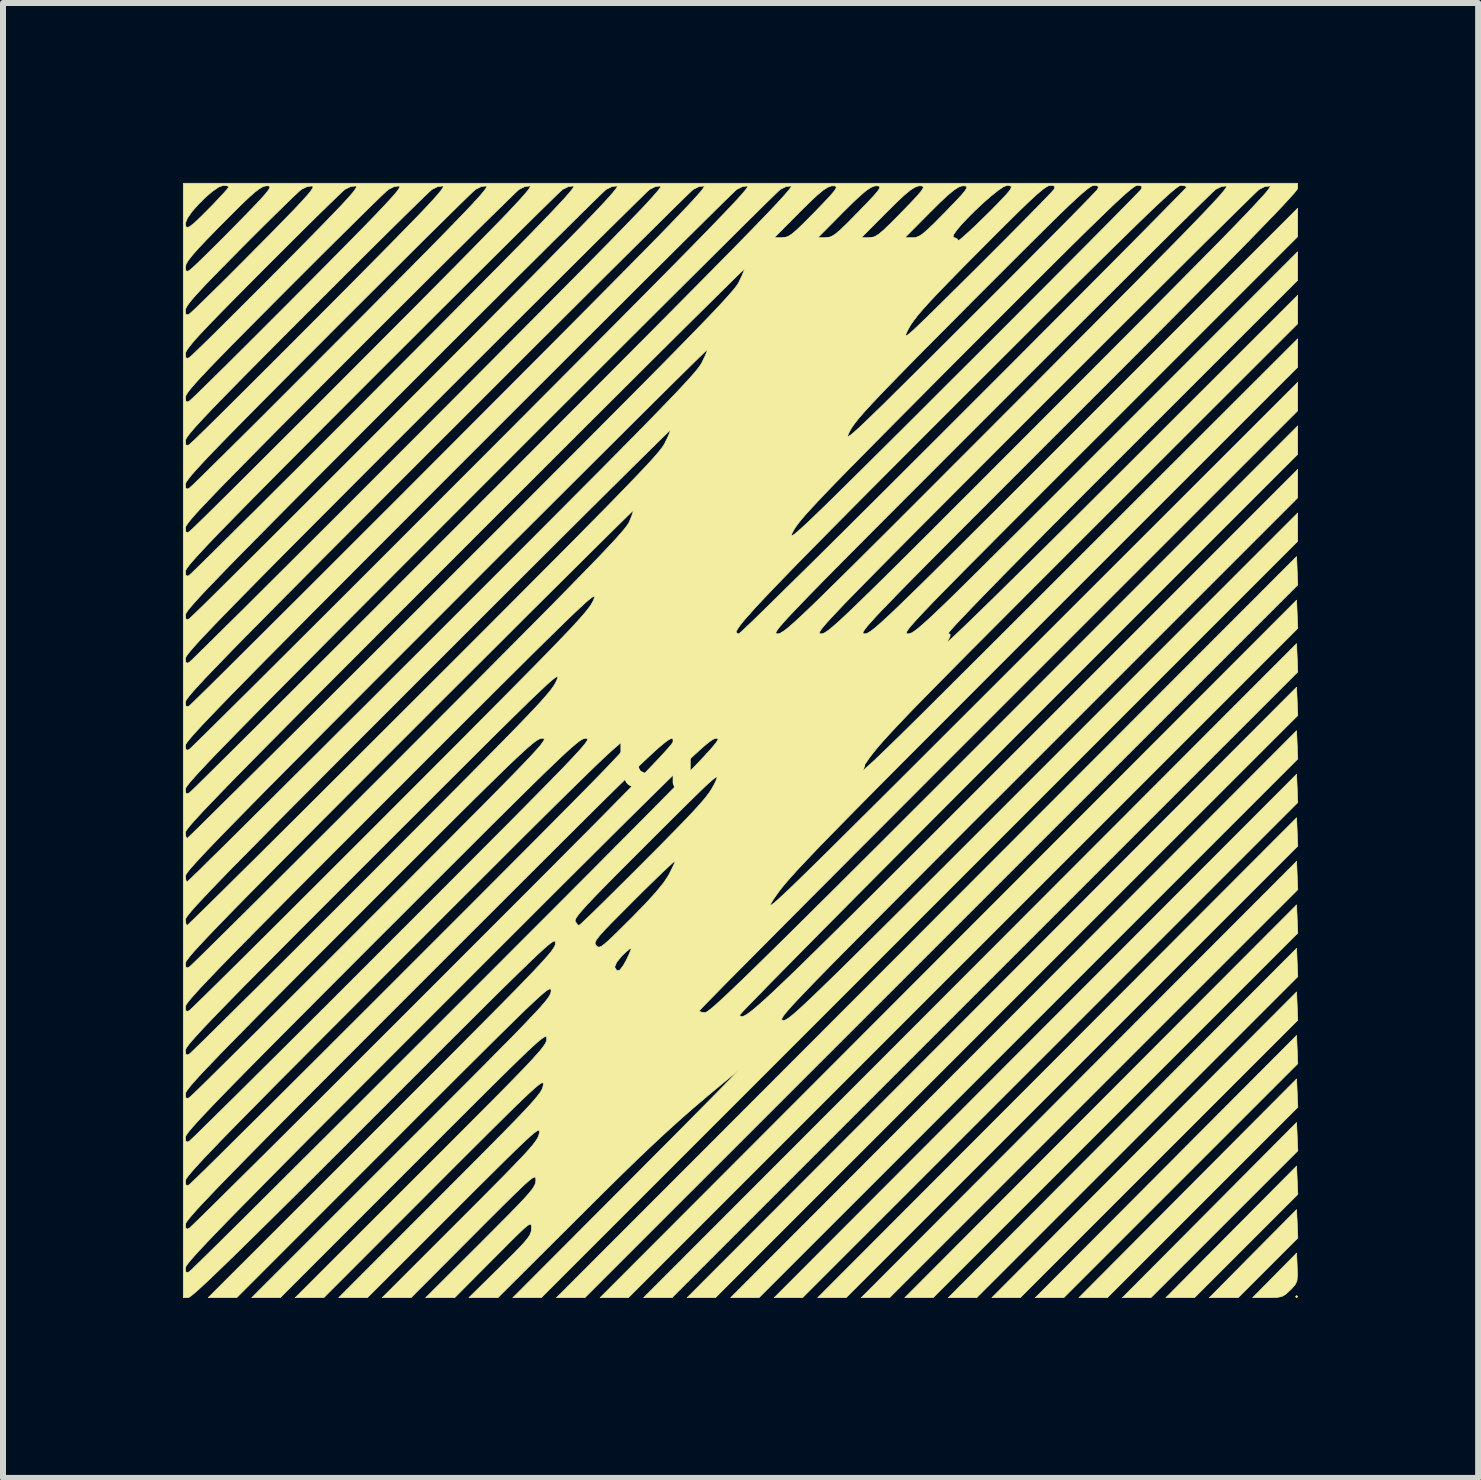
<source format=kicad_pcb>
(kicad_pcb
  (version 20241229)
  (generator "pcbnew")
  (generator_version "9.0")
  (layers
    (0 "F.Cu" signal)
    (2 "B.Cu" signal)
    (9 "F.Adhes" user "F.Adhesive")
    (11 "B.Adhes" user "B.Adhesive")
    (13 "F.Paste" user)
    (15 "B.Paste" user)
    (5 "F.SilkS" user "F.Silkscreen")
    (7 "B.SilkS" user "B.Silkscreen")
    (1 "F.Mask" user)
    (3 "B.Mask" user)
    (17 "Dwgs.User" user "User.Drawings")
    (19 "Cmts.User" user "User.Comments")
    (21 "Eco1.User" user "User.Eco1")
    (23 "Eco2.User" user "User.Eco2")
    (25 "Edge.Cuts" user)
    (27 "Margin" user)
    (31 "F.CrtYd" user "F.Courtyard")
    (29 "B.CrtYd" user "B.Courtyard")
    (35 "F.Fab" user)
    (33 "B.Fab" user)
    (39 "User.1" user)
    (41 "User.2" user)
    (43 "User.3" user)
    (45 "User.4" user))
  (footprint "try3"
    (layer "F.Cu")
    (at 9.294 9.294)
    (property "Reference" "try3" (at 0 0 0) (layer "F.SilkS") (effects (font (size 1.524 1.524) (thickness 0.3))))
    (attr through_hole)
    (fp_poly (pts (xy 9.289 9.271) (xy 9.271 9.289) (xy 9.253 9.271) (xy 9.271 9.253) (xy 9.289 9.271)) (stroke (width 0.01) (type solid)) (fill yes) (layer "F.SilkS"))
    (fp_poly (pts (xy 9.291 0.308) (xy 0.309 9.289) (xy -0.164 9.289) (xy 9.271 -0.163) (xy 9.291 0.308)) (stroke (width 0.01) (type solid)) (fill yes) (layer "F.SilkS"))
    (fp_poly (pts (xy 9.292 6.114) (xy 6.116 9.289) (xy 5.641 9.289) (xy 9.271 5.642) (xy 9.292 6.114)) (stroke (width 0.01) (type solid)) (fill yes) (layer "F.SilkS"))
    (fp_poly (pts (xy 9.292 6.84) (xy 6.842 9.289) (xy 6.366 9.289) (xy 9.271 6.368) (xy 9.292 6.84)) (stroke (width 0.01) (type solid)) (fill yes) (layer "F.SilkS"))
    (fp_poly (pts (xy 9.291 1.034) (xy 5.163 5.162) (xy 1.035 9.289) (xy 0.562 9.289) (xy 9.271 0.562) (xy 9.291 1.034)) (stroke (width 0.01) (type solid)) (fill yes) (layer "F.SilkS"))
    (fp_poly (pts (xy 9.291 1.76) (xy 5.526 5.524) (xy 1.761 9.289) (xy 1.287 9.289) (xy 9.271 1.288) (xy 9.291 1.76)) (stroke (width 0.01) (type solid)) (fill yes) (layer "F.SilkS"))
    (fp_poly (pts (xy 9.281 -2.83) (xy 9.291 -2.594) (xy 3.349 3.347) (xy -2.594 9.289) (xy -3.067 9.289) (xy 9.271 -3.066) (xy 9.281 -2.83)) (stroke (width 0.01) (type solid)) (fill yes) (layer "F.SilkS"))
    (fp_poly (pts (xy 9.281 -0.653) (xy 9.291 -0.417) (xy -0.417 9.289) (xy -0.89 9.289) (xy 4.191 4.2) (xy 9.271 -0.889) (xy 9.281 -0.653)) (stroke (width 0.01) (type solid)) (fill yes) (layer "F.SilkS"))
    (fp_poly (pts (xy 9.281 2.25) (xy 9.291 2.486) (xy 5.889 5.887) (xy 2.486 9.289) (xy 2.013 9.289) (xy 9.271 2.014) (xy 9.281 2.25)) (stroke (width 0.01) (type solid)) (fill yes) (layer "F.SilkS"))
    (fp_poly (pts (xy 9.281 4.427) (xy 9.291 4.663) (xy 4.664 9.289) (xy 4.19 9.289) (xy 6.73 6.74) (xy 9.271 4.191) (xy 9.281 4.427)) (stroke (width 0.01) (type solid)) (fill yes) (layer "F.SilkS"))
    (fp_poly (pts (xy 9.281 5.153) (xy 9.291 5.388) (xy 5.39 9.289) (xy 4.915 9.289) (xy 7.093 7.103) (xy 9.271 4.917) (xy 9.281 5.153)) (stroke (width 0.01) (type solid)) (fill yes) (layer "F.SilkS"))
    (fp_poly (pts (xy 9.281 7.33) (xy 9.292 7.566) (xy 8.43 8.428) (xy 7.569 9.289) (xy 7.091 9.289) (xy 9.271 7.094) (xy 9.281 7.33)) (stroke (width 0.01) (type solid)) (fill yes) (layer "F.SilkS"))
    (fp_poly (pts (xy 9.282 8.057) (xy 9.292 8.294) (xy 8.297 9.289) (xy 7.816 9.289) (xy 8.543 8.554) (xy 9.271 7.82) (xy 9.282 8.057)) (stroke (width 0.01) (type solid)) (fill yes) (layer "F.SilkS"))
    (fp_poly (pts (xy 9.291 -1.869) (xy 3.711 3.71) (xy -1.868 9.289) (xy -2.341 9.289) (xy 3.465 3.474) (xy 9.271 -2.34) (xy 9.291 -1.869)) (stroke (width 0.01) (type solid)) (fill yes) (layer "F.SilkS"))
    (fp_poly (pts (xy 9.281 -1.379) (xy 9.291 -1.143) (xy 4.074 4.073) (xy -1.142 9.289) (xy -1.615 9.289) (xy 3.828 3.837) (xy 9.271 -1.615) (xy 9.281 -1.379)) (stroke (width 0.01) (type solid)) (fill yes) (layer "F.SilkS"))
    (fp_poly (pts (xy 9.281 2.975) (xy 9.291 3.211) (xy 6.252 6.25) (xy 3.212 9.289) (xy 2.739 9.289) (xy 6.005 6.014) (xy 9.271 2.74) (xy 9.281 2.975)) (stroke (width 0.01) (type solid)) (fill yes) (layer "F.SilkS"))
    (fp_poly (pts (xy 9.281 3.701) (xy 9.291 3.937) (xy 6.615 6.613) (xy 3.938 9.289) (xy 3.464 9.289) (xy 6.368 6.377) (xy 9.271 3.465) (xy 9.281 3.701)) (stroke (width 0.01) (type solid)) (fill yes) (layer "F.SilkS"))
    (fp_poly (pts (xy 9.282 8.79) (xy 9.285 8.922) (xy 9.277 9.007) (xy 9.248 9.07) (xy 9.191 9.136) (xy 9.165 9.162) (xy 9.092 9.23) (xy 9.029 9.268) (xy 8.949 9.285) (xy 8.828 9.289) (xy 8.788 9.289) (xy 8.538 9.289) (xy 8.904 8.917) (xy 9.271 8.545) (xy 9.282 8.79)) (stroke (width 0.01) (type solid)) (fill yes) (layer "F.SilkS"))
    (fp_poly (pts (xy 9.289 -9.207) (xy 9.275 -9.18) (xy 9.231 -9.125) (xy 9.155 -9.04) (xy 9.047 -8.922) (xy 8.904 -8.771) (xy 8.724 -8.585) (xy 8.507 -8.362) (xy 8.25 -8.099) (xy 7.952 -7.797) (xy 7.61 -7.452) (xy 7.225 -7.064) (xy 6.793 -6.63) (xy 6.313 -6.149) (xy 5.784 -5.62) (xy 5.615 -5.451) (xy 5.108 -4.945) (xy 4.651 -4.487) (xy 4.239 -4.075) (xy 3.872 -3.707) (xy 3.547 -3.381) (xy 3.262 -3.094) (xy 3.013 -2.843) (xy 2.799 -2.626) (xy 2.617 -2.441) (xy 2.466 -2.284) (xy 2.341 -2.155) (xy 2.242 -2.049) (xy 2.166 -1.965) (xy 2.11 -1.901) (xy 2.073 -1.853) (xy 2.05 -1.819) (xy 2.042 -1.797) (xy 2.044 -1.785) (xy 2.054 -1.779) (xy 2.069 -1.778) (xy 2.089 -1.78) (xy 2.112 -1.787) (xy 2.142 -1.803) (xy 2.181 -1.829) (xy 2.232 -1.868) (xy 2.297 -1.923) (xy 2.378 -1.996) (xy 2.479 -2.089) (xy 2.602 -2.206) (xy 2.749 -2.348) (xy 2.924 -2.518) (xy 3.129 -2.719) (xy 3.366 -2.954) (xy 3.637 -3.223) (xy 3.947 -3.532) (xy 4.297 -3.88) (xy 4.689 -4.272) (xy 5.127 -4.71) (xy 5.613 -5.196) (xy 5.743 -5.326) (xy 9.289 -8.873) (xy 9.289 -8.399) (xy 5.978 -5.088) (xy 5.498 -4.609) (xy 5.067 -4.178) (xy 4.683 -3.793) (xy 4.342 -3.451) (xy 4.043 -3.15) (xy 3.782 -2.888) (xy 3.558 -2.661) (xy 3.368 -2.468) (xy 3.209 -2.305) (xy 3.079 -2.169) (xy 2.975 -2.059) (xy 2.896 -1.972) (xy 2.837 -1.905) (xy 2.798 -1.855) (xy 2.775 -1.82) (xy 2.766 -1.798) (xy 2.768 -1.785) (xy 2.779 -1.779) (xy 2.794 -1.778) (xy 2.815 -1.78) (xy 2.84 -1.788) (xy 2.871 -1.804) (xy 2.911 -1.831) (xy 2.964 -1.872) (xy 3.031 -1.929) (xy 3.116 -2.005) (xy 3.221 -2.102) (xy 3.349 -2.224) (xy 3.503 -2.373) (xy 3.685 -2.552) (xy 3.899 -2.762) (xy 4.147 -3.008) (xy 4.432 -3.291) (xy 4.756 -3.614) (xy 5.123 -3.98) (xy 5.535 -4.392) (xy 5.994 -4.852) (xy 6.106 -4.963) (xy 9.289 -8.148) (xy 9.289 -7.672) (xy 6.349 -4.734) (xy 5.874 -4.259) (xy 5.437 -3.821) (xy 5.041 -3.422) (xy 4.686 -3.063) (xy 4.373 -2.746) (xy 4.105 -2.471) (xy 3.882 -2.241) (xy 3.705 -2.056) (xy 3.575 -1.918) (xy 3.495 -1.828) (xy 3.465 -1.787) (xy 3.466 -1.784) (xy 3.496 -1.768) (xy 3.491 -1.727) (xy 3.447 -1.645) (xy 3.443 -1.639) (xy 3.458 -1.647) (xy 3.521 -1.703) (xy 3.629 -1.804) (xy 3.779 -1.948) (xy 3.968 -2.131) (xy 4.193 -2.35) (xy 4.45 -2.603) (xy 4.738 -2.886) (xy 5.052 -3.196) (xy 5.389 -3.53) (xy 5.747 -3.886) (xy 6.122 -4.26) (xy 6.327 -4.464) (xy 9.289 -7.422) (xy 9.289 -6.947) (xy 5.822 -3.483) (xy 5.325 -2.986) (xy 4.877 -2.538) (xy 4.475 -2.135) (xy 4.117 -1.776) (xy 3.798 -1.456) (xy 3.518 -1.173) (xy 3.272 -0.924) (xy 3.059 -0.707) (xy 2.875 -0.519) (xy 2.719 -0.356) (xy 2.586 -0.216) (xy 2.475 -0.096) (xy 2.382 0.006) (xy 2.305 0.094) (xy 2.242 0.17) (xy 2.189 0.237) (xy 2.143 0.298) (xy 2.103 0.357) (xy 2.098 0.363) (xy 2.064 0.414) (xy 2.037 0.457) (xy 2.019 0.488) (xy 2.013 0.507) (xy 2.02 0.511) (xy 2.044 0.497) (xy 2.086 0.463) (xy 2.148 0.408) (xy 2.234 0.329) (xy 2.345 0.223) (xy 2.483 0.09) (xy 2.652 -0.075) (xy 2.852 -0.272) (xy 3.087 -0.504) (xy 3.358 -0.774) (xy 3.668 -1.083) (xy 4.02 -1.433) (xy 4.415 -1.827) (xy 4.856 -2.267) (xy 5.345 -2.756) (xy 5.565 -2.976) (xy 9.289 -6.696) (xy 9.289 -6.222) (xy 5.06 -1.995) (xy 4.51 -1.445) (xy 4.009 -0.944) (xy 3.555 -0.489) (xy 3.144 -0.078) (xy 2.775 0.292) (xy 2.446 0.623) (xy 2.153 0.918) (xy 1.894 1.18) (xy 1.668 1.41) (xy 1.47 1.612) (xy 1.3 1.787) (xy 1.155 1.939) (xy 1.031 2.07) (xy 0.927 2.182) (xy 0.841 2.278) (xy 0.769 2.36) (xy 0.709 2.431) (xy 0.66 2.494) (xy 0.618 2.55) (xy 0.581 2.603) (xy 0.574 2.613) (xy 0.543 2.659) (xy 0.519 2.698) (xy 0.503 2.727) (xy 0.498 2.744) (xy 0.506 2.746) (xy 0.528 2.733) (xy 0.568 2.702) (xy 0.627 2.65) (xy 0.707 2.576) (xy 0.811 2.479) (xy 0.94 2.354) (xy 1.096 2.202) (xy 1.283 2.019) (xy 1.501 1.804) (xy 1.753 1.554) (xy 2.041 1.268) (xy 2.367 0.944) (xy 2.734 0.578) (xy 3.142 0.171) (xy 3.595 -0.282) (xy 4.095 -0.781) (xy 4.643 -1.328) (xy 4.803 -1.488) (xy 9.289 -5.97) (xy 9.289 -5.496) (xy 4.3 -0.508) (xy 3.798 -0.006) (xy 3.309 0.483) (xy 2.837 0.956) (xy 2.384 1.41) (xy 1.952 1.842) (xy 1.544 2.252) (xy 1.162 2.635) (xy 0.809 2.99) (xy 0.487 3.314) (xy 0.199 3.605) (xy -0.054 3.859) (xy -0.268 4.075) (xy -0.44 4.251) (xy -0.57 4.383) (xy -0.653 4.469) (xy -0.688 4.507) (xy -0.689 4.508) (xy -0.658 4.528) (xy -0.589 4.536) (xy -0.571 4.53) (xy -0.54 4.51) (xy -0.495 4.475) (xy -0.432 4.422) (xy -0.352 4.35) (xy -0.25 4.256) (xy -0.126 4.138) (xy 0.024 3.995) (xy 0.2 3.824) (xy 0.405 3.623) (xy 0.641 3.391) (xy 0.91 3.126) (xy 1.214 2.824) (xy 1.556 2.485) (xy 1.936 2.106) (xy 2.358 1.686) (xy 2.823 1.221) (xy 3.334 0.711) (xy 3.892 0.154) (xy 4.4 -0.354) (xy 9.289 -5.244) (xy 9.289 -4.77) (xy 4.628 -0.111) (xy 4.144 0.375) (xy 3.673 0.846) (xy 3.219 1.301) (xy 2.784 1.738) (xy 2.371 2.153) (xy 1.982 2.544) (xy 1.62 2.909) (xy 1.287 3.244) (xy 0.987 3.549) (xy 0.721 3.819) (xy 0.491 4.052) (xy 0.302 4.246) (xy 0.154 4.398) (xy 0.051 4.505) (xy -0.004 4.566) (xy -0.014 4.579) (xy -0.003 4.593) (xy 0.012 4.601) (xy 0.034 4.601) (xy 0.063 4.591) (xy 0.103 4.569) (xy 0.155 4.532) (xy 0.223 4.478) (xy 0.307 4.406) (xy 0.411 4.313) (xy 0.537 4.197) (xy 0.686 4.055) (xy 0.862 3.887) (xy 1.066 3.689) (xy 1.3 3.459) (xy 1.567 3.196) (xy 1.869 2.897) (xy 2.208 2.56) (xy 2.586 2.183) (xy 3.007 1.764) (xy 3.471 1.3) (xy 3.981 0.79) (xy 4.539 0.232) (xy 4.727 0.045) (xy 9.289 -4.519) (xy 9.289 -4.045) (xy 4.946 0.298) (xy 4.393 0.851) (xy 3.888 1.355) (xy 3.431 1.813) (xy 3.019 2.226) (xy 2.649 2.597) (xy 2.319 2.928) (xy 2.027 3.222) (xy 1.771 3.48) (xy 1.549 3.705) (xy 1.358 3.9) (xy 1.196 4.066) (xy 1.062 4.206) (xy 0.952 4.322) (xy 0.864 4.416) (xy 0.797 4.491) (xy 0.748 4.549) (xy 0.715 4.592) (xy 0.696 4.623) (xy 0.688 4.643) (xy 0.69 4.656) (xy 0.698 4.663) (xy 0.705 4.665) (xy 0.72 4.667) (xy 0.739 4.663) (xy 0.764 4.651) (xy 0.798 4.63) (xy 0.842 4.596) (xy 0.901 4.548) (xy 0.974 4.483) (xy 1.066 4.398) (xy 1.178 4.293) (xy 1.313 4.163) (xy 1.473 4.008) (xy 1.661 3.825) (xy 1.878 3.611) (xy 2.127 3.364) (xy 2.411 3.082) (xy 2.732 2.763) (xy 3.092 2.404) (xy 3.493 2.004) (xy 3.938 1.559) (xy 4.43 1.067) (xy 4.97 0.527) (xy 5.048 0.449) (xy 9.289 -3.793) (xy 9.289 -3.32) (xy -3.32 9.289) (xy -3.795 9.289) (xy -1.87 7.359) (xy -1.564 7.051) (xy -1.275 6.761) (xy -1.007 6.491) (xy -0.764 6.246) (xy -0.549 6.029) (xy -0.367 5.844) (xy -0.221 5.695) (xy -0.114 5.586) (xy -0.051 5.52) (xy -0.035 5.501) (xy -0.036 5.502) (xy -0.312 5.729) (xy -0.562 5.937) (xy -0.793 6.134) (xy -1.014 6.328) (xy -1.233 6.526) (xy -1.46 6.737) (xy -1.703 6.967) (xy -1.969 7.226) (xy -2.268 7.52) (xy -2.608 7.858) (xy -2.648 7.898) (xy -4.044 9.289) (xy -4.528 9.289) (xy -4.006 8.775) (xy -3.827 8.598) (xy -3.695 8.464) (xy -3.601 8.363) (xy -3.54 8.288) (xy -3.505 8.231) (xy -3.488 8.182) (xy -3.484 8.135) (xy -3.484 8.131) (xy -3.485 8.092) (xy -3.492 8.068) (xy -3.511 8.064) (xy -3.548 8.085) (xy -3.609 8.136) (xy -3.699 8.221) (xy -3.824 8.344) (xy -3.991 8.512) (xy -4.124 8.645) (xy -4.764 9.289) (xy -5.248 9.289) (xy -4.329 8.373) (xy -4.087 8.13) (xy -3.891 7.933) (xy -3.737 7.776) (xy -3.619 7.652) (xy -3.534 7.557) (xy -3.475 7.485) (xy -3.439 7.43) (xy -3.419 7.387) (xy -3.412 7.349) (xy -3.411 7.33) (xy -3.413 7.3) (xy -3.42 7.281) (xy -3.438 7.279) (xy -3.471 7.296) (xy -3.524 7.337) (xy -3.602 7.406) (xy -3.708 7.507) (xy -3.849 7.644) (xy -4.027 7.821) (xy -4.249 8.042) (xy -4.452 8.246) (xy -5.492 9.289) (xy -5.973 9.289) (xy -4.676 7.992) (xy -4.382 7.698) (xy -4.136 7.45) (xy -3.933 7.245) (xy -3.769 7.076) (xy -3.639 6.941) (xy -3.54 6.833) (xy -3.467 6.748) (xy -3.417 6.683) (xy -3.384 6.632) (xy -3.365 6.59) (xy -3.355 6.553) (xy -3.355 6.55) (xy -3.352 6.52) (xy -3.355 6.502) (xy -3.37 6.498) (xy -3.399 6.513) (xy -3.447 6.548) (xy -3.517 6.609) (xy -3.614 6.699) (xy -3.741 6.82) (xy -3.902 6.978) (xy -4.1 7.174) (xy -4.341 7.413) (xy -4.627 7.698) (xy -4.775 7.847) (xy -6.219 9.289) (xy -6.698 9.289) (xy -5.004 7.593) (xy -4.666 7.254) (xy -4.376 6.963) (xy -4.13 6.715) (xy -3.924 6.506) (xy -3.755 6.333) (xy -3.619 6.191) (xy -3.513 6.077) (xy -3.433 5.986) (xy -3.374 5.915) (xy -3.334 5.86) (xy -3.309 5.816) (xy -3.295 5.781) (xy -3.289 5.751) (xy -3.286 5.726) (xy -3.29 5.709) (xy -3.304 5.705) (xy -3.331 5.717) (xy -3.374 5.749) (xy -3.437 5.802) (xy -3.524 5.881) (xy -3.638 5.989) (xy -3.782 6.128) (xy -3.959 6.303) (xy -4.174 6.516) (xy -4.43 6.771) (xy -4.73 7.07) (xy -5.077 7.418) (xy -5.107 7.448) (xy -6.946 9.289) (xy -7.423 9.289) (xy -5.326 7.194) (xy -4.948 6.817) (xy -4.619 6.487) (xy -4.334 6.201) (xy -4.091 5.957) (xy -3.886 5.749) (xy -3.717 5.576) (xy -3.579 5.433) (xy -3.47 5.316) (xy -3.386 5.223) (xy -3.324 5.151) (xy -3.281 5.094) (xy -3.253 5.051) (xy -3.237 5.018) (xy -3.231 4.99) (xy -3.23 4.972) (xy -3.231 4.951) (xy -3.238 4.938) (xy -3.252 4.936) (xy -3.279 4.947) (xy -3.319 4.976) (xy -3.378 5.024) (xy -3.457 5.095) (xy -3.561 5.191) (xy -3.691 5.317) (xy -3.852 5.474) (xy -4.047 5.666) (xy -4.279 5.896) (xy -4.55 6.166) (xy -4.865 6.48) (xy -5.225 6.841) (xy -5.451 7.067) (xy -7.672 9.289) (xy -8.148 9.289) (xy -5.653 6.795) (xy -5.238 6.381) (xy -4.873 6.015) (xy -4.552 5.694) (xy -4.274 5.415) (xy -4.036 5.174) (xy -3.833 4.969) (xy -3.665 4.796) (xy -3.527 4.652) (xy -3.416 4.535) (xy -3.329 4.44) (xy -3.264 4.365) (xy -3.218 4.306) (xy -3.187 4.261) (xy -3.169 4.227) (xy -3.16 4.199) (xy -3.157 4.176) (xy -3.157 4.173) (xy -3.159 4.154) (xy -3.165 4.142) (xy -3.179 4.141) (xy -3.204 4.152) (xy -3.243 4.178) (xy -3.298 4.223) (xy -3.373 4.289) (xy -3.47 4.38) (xy -3.593 4.496) (xy -3.744 4.643) (xy -3.926 4.822) (xy -4.142 5.035) (xy -4.395 5.287) (xy -4.689 5.579) (xy -5.025 5.915) (xy -5.407 6.296) (xy -5.778 6.668) (xy -8.398 9.289) (xy -8.874 9.289) (xy -5.979 6.396) (xy -5.531 5.948) (xy -5.132 5.549) (xy -4.778 5.195) (xy -4.468 4.883) (xy -4.198 4.611) (xy -3.965 4.376) (xy -3.767 4.175) (xy -3.601 4.004) (xy -3.464 3.862) (xy -3.379 3.771) (xy -2.095 3.771) (xy -2.092 3.789) (xy -2.057 3.84) (xy -2.01 3.826) (xy -1.95 3.746) (xy -1.903 3.661) (xy -1.855 3.559) (xy -1.826 3.486) (xy -1.823 3.462) (xy -1.854 3.478) (xy -1.918 3.534) (xy -1.976 3.59) (xy -2.063 3.695) (xy -2.095 3.771) (xy -3.379 3.771) (xy -3.354 3.745) (xy -3.267 3.649) (xy -3.201 3.574) (xy -3.152 3.514) (xy -3.12 3.468) (xy -3.099 3.433) (xy -3.088 3.406) (xy -3.085 3.385) (xy -2.424 3.385) (xy -2.414 3.409) (xy -2.405 3.42) (xy -2.382 3.44) (xy -2.355 3.445) (xy -2.317 3.43) (xy -2.261 3.388) (xy -2.178 3.315) (xy -2.062 3.203) (xy -1.906 3.048) (xy -1.826 2.969) (xy -1.589 2.727) (xy -1.407 2.527) (xy -1.277 2.367) (xy -1.198 2.246) (xy -1.142 2.135) (xy -1.102 2.049) (xy -1.089 2.009) (xy -1.113 2.025) (xy -1.182 2.087) (xy -1.289 2.187) (xy -1.427 2.321) (xy -1.59 2.48) (xy -1.771 2.66) (xy -1.777 2.666) (xy -1.982 2.872) (xy -2.142 3.033) (xy -2.26 3.155) (xy -2.342 3.246) (xy -2.393 3.31) (xy -2.419 3.354) (xy -2.424 3.385) (xy -3.085 3.385) (xy -3.085 3.383) (xy -3.084 3.375) (xy -3.086 3.357) (xy -3.092 3.346) (xy -3.106 3.345) (xy -3.13 3.355) (xy -3.167 3.381) (xy -3.22 3.423) (xy -3.291 3.486) (xy -3.384 3.571) (xy -3.5 3.681) (xy -3.642 3.819) (xy -3.814 3.987) (xy -4.019 4.188) (xy -4.257 4.424) (xy -4.533 4.699) (xy -4.85 5.014) (xy -5.209 5.373) (xy -5.614 5.778) (xy -6.067 6.231) (xy -6.104 6.268) (xy -6.596 6.76) (xy -7.039 7.202) (xy -7.435 7.596) (xy -7.785 7.943) (xy -8.092 8.246) (xy -8.358 8.507) (xy -8.583 8.726) (xy -8.771 8.907) (xy -8.923 9.051) (xy -9.04 9.159) (xy -9.126 9.233) (xy -9.181 9.276) (xy -9.207 9.289) (xy -9.289 9.289) (xy -9.289 8.792) (xy -9.253 8.792) (xy -9.246 8.86) (xy -9.217 8.87) (xy -9.189 8.857) (xy -9.157 8.828) (xy -9.077 8.75) (xy -8.95 8.626) (xy -8.78 8.459) (xy -8.57 8.251) (xy -8.321 8.005) (xy -8.037 7.723) (xy -7.721 7.409) (xy -7.375 7.064) (xy -7.001 6.692) (xy -6.603 6.295) (xy -6.182 5.875) (xy -5.743 5.436) (xy -5.286 4.98) (xy -4.816 4.51) (xy -4.699 4.393) (xy -4.14 3.834) (xy -3.631 3.324) (xy -3.303 2.996) (xy -2.756 2.996) (xy -2.754 3.018) (xy -2.754 3.018) (xy -2.714 3.072) (xy -2.693 3.084) (xy -2.662 3.059) (xy -2.586 2.988) (xy -2.47 2.877) (xy -2.319 2.729) (xy -2.14 2.552) (xy -1.936 2.35) (xy -1.714 2.129) (xy -1.609 2.023) (xy -1.34 1.753) (xy -1.119 1.528) (xy -0.939 1.343) (xy -0.795 1.192) (xy -0.683 1.069) (xy -0.597 0.969) (xy -0.533 0.886) (xy -0.484 0.814) (xy -0.447 0.748) (xy -0.435 0.726) (xy -0.41 0.673) (xy -0.394 0.633) (xy -0.39 0.611) (xy -0.404 0.609) (xy -0.438 0.632) (xy -0.497 0.682) (xy -0.585 0.762) (xy -0.705 0.878) (xy -0.861 1.031) (xy -1.057 1.225) (xy -1.297 1.464) (xy -1.555 1.721) (xy -1.843 2.009) (xy -2.084 2.251) (xy -2.281 2.451) (xy -2.437 2.612) (xy -2.558 2.739) (xy -2.646 2.837) (xy -2.706 2.91) (xy -2.741 2.961) (xy -2.756 2.996) (xy -3.303 2.996) (xy -3.168 2.861) (xy -2.75 2.442) (xy -2.375 2.066) (xy -2.041 1.729) (xy -1.744 1.431) (xy -1.484 1.168) (xy -1.257 0.938) (xy -1.062 0.74) (xy -0.897 0.57) (xy -0.759 0.427) (xy -0.646 0.308) (xy -0.556 0.212) (xy -0.487 0.135) (xy -0.437 0.076) (xy -0.403 0.032) (xy -0.383 0.001) (xy -0.375 -0.019) (xy -0.378 -0.03) (xy -0.387 -0.035) (xy -0.4 -0.036) (xy -0.418 -0.034) (xy -0.44 -0.027) (xy -0.468 -0.013) (xy -0.504 0.012) (xy -0.551 0.048) (xy -0.612 0.099) (xy -0.688 0.167) (xy -0.782 0.253) (xy -0.896 0.36) (xy -1.032 0.491) (xy -1.193 0.647) (xy -1.381 0.831) (xy -1.599 1.046) (xy -1.849 1.293) (xy -2.132 1.574) (xy -2.452 1.893) (xy -2.811 2.25) (xy -3.211 2.649) (xy -3.654 3.092) (xy -4.144 3.581) (xy -4.681 4.119) (xy -4.89 4.328) (xy -5.455 4.893) (xy -5.97 5.409) (xy -6.438 5.878) (xy -6.861 6.302) (xy -7.242 6.684) (xy -7.581 7.026) (xy -7.882 7.33) (xy -8.146 7.598) (xy -8.376 7.832) (xy -8.574 8.034) (xy -8.741 8.207) (xy -8.881 8.353) (xy -8.995 8.474) (xy -9.085 8.572) (xy -9.153 8.649) (xy -9.202 8.708) (xy -9.233 8.75) (xy -9.249 8.779) (xy -9.253 8.792) (xy -9.289 8.792) (xy -9.289 8.066) (xy -9.253 8.066) (xy -9.246 8.135) (xy -9.216 8.144) (xy -9.189 8.131) (xy -9.157 8.102) (xy -9.076 8.024) (xy -8.95 7.901) (xy -8.78 7.734) (xy -8.571 7.527) (xy -8.324 7.282) (xy -8.042 7.003) (xy -7.729 6.692) (xy -7.387 6.351) (xy -7.018 5.984) (xy -6.626 5.593) (xy -6.214 5.181) (xy -5.783 4.751) (xy -5.338 4.306) (xy -5.062 4.03) (xy -4.528 3.495) (xy -4.043 3.01) (xy -3.604 2.571) (xy -3.21 2.176) (xy -2.859 1.823) (xy -2.547 1.51) (xy -2.273 1.234) (xy -2.035 0.992) (xy -1.829 0.784) (xy -1.655 0.605) (xy -1.509 0.455) (xy -1.39 0.33) (xy -1.295 0.228) (xy -1.221 0.146) (xy -1.167 0.084) (xy -1.131 0.037) (xy -1.109 0.004) (xy -1.1 -0.017) (xy -1.102 -0.029) (xy -1.111 -0.035) (xy -1.125 -0.036) (xy -1.144 -0.034) (xy -1.167 -0.027) (xy -1.196 -0.012) (xy -1.233 0.013) (xy -1.282 0.051) (xy -1.344 0.103) (xy -1.423 0.173) (xy -1.519 0.262) (xy -1.637 0.373) (xy -1.778 0.509) (xy -1.945 0.671) (xy -2.14 0.862) (xy -2.366 1.085) (xy -2.624 1.341) (xy -2.919 1.634) (xy -3.251 1.965) (xy -3.624 2.337) (xy -4.039 2.752) (xy -4.5 3.212) (xy -5.009 3.721) (xy -5.253 3.965) (xy -5.793 4.505) (xy -6.283 4.996) (xy -6.727 5.441) (xy -7.126 5.841) (xy -7.482 6.2) (xy -7.798 6.518) (xy -8.076 6.799) (xy -8.318 7.045) (xy -8.526 7.258) (xy -8.703 7.44) (xy -8.85 7.594) (xy -8.971 7.721) (xy -9.067 7.825) (xy -9.14 7.908) (xy -9.193 7.971) (xy -9.228 8.017) (xy -9.247 8.048) (xy -9.253 8.066) (xy -9.289 8.066) (xy -9.289 7.341) (xy -9.253 7.341) (xy -9.246 7.409) (xy -9.216 7.419) (xy -9.189 7.406) (xy -9.157 7.376) (xy -9.076 7.299) (xy -8.949 7.175) (xy -8.78 7.009) (xy -8.572 6.803) (xy -8.327 6.56) (xy -8.048 6.284) (xy -7.738 5.976) (xy -7.401 5.64) (xy -7.038 5.279) (xy -6.654 4.895) (xy -6.25 4.492) (xy -5.83 4.072) (xy -5.425 3.667) (xy -4.916 3.158) (xy -4.456 2.698) (xy -4.043 2.284) (xy -3.674 1.914) (xy -3.347 1.586) (xy -3.06 1.296) (xy -2.809 1.043) (xy -2.594 0.825) (xy -2.41 0.638) (xy -2.257 0.48) (xy -2.131 0.348) (xy -2.031 0.241) (xy -1.953 0.156) (xy -1.896 0.09) (xy -1.857 0.041) (xy -1.834 0.007) (xy -1.824 -0.016) (xy -1.826 -0.029) (xy -1.836 -0.035) (xy -1.851 -0.036) (xy -1.871 -0.034) (xy -1.894 -0.027) (xy -1.924 -0.011) (xy -1.963 0.015) (xy -2.013 0.054) (xy -2.077 0.108) (xy -2.158 0.18) (xy -2.259 0.273) (xy -2.381 0.389) (xy -2.527 0.53) (xy -2.7 0.699) (xy -2.903 0.898) (xy -3.138 1.13) (xy -3.407 1.397) (xy -3.714 1.702) (xy -4.06 2.048) (xy -4.449 2.436) (xy -4.883 2.869) (xy -5.363 3.35) (xy -5.616 3.602) (xy -6.129 4.116) (xy -6.594 4.582) (xy -7.012 5.001) (xy -7.385 5.376) (xy -7.717 5.709) (xy -8.008 6.004) (xy -8.262 6.261) (xy -8.481 6.484) (xy -8.667 6.675) (xy -8.822 6.837) (xy -8.95 6.971) (xy -9.051 7.081) (xy -9.129 7.168) (xy -9.186 7.235) (xy -9.224 7.284) (xy -9.246 7.318) (xy -9.253 7.34) (xy -9.253 7.341) (xy -9.289 7.341) (xy -9.289 6.615) (xy -9.253 6.615) (xy -9.246 6.683) (xy -9.216 6.693) (xy -9.189 6.68) (xy -9.156 6.65) (xy -9.075 6.573) (xy -8.949 6.449) (xy -8.781 6.284) (xy -8.573 6.079) (xy -8.33 5.839) (xy -8.055 5.565) (xy -7.749 5.262) (xy -7.417 4.931) (xy -7.061 4.577) (xy -6.685 4.202) (xy -6.292 3.809) (xy -5.885 3.401) (xy -5.788 3.304) (xy -5.306 2.822) (xy -4.873 2.389) (xy -4.486 2.001) (xy -4.144 1.657) (xy -3.842 1.355) (xy -3.58 1.09) (xy -3.354 0.861) (xy -3.162 0.666) (xy -3.001 0.501) (xy -2.87 0.364) (xy -2.765 0.252) (xy -2.683 0.163) (xy -2.624 0.095) (xy -2.583 0.044) (xy -2.559 0.008) (xy -2.548 -0.015) (xy -2.55 -0.029) (xy -2.56 -0.035) (xy -2.577 -0.036) (xy -2.597 -0.034) (xy -2.622 -0.027) (xy -2.653 -0.011) (xy -2.693 0.016) (xy -2.745 0.057) (xy -2.812 0.114) (xy -2.896 0.189) (xy -3 0.286) (xy -3.127 0.407) (xy -3.28 0.554) (xy -3.461 0.731) (xy -3.672 0.939) (xy -3.918 1.182) (xy -4.2 1.462) (xy -4.52 1.782) (xy -4.883 2.144) (xy -5.29 2.551) (xy -5.745 3.006) (xy -5.979 3.239) (xy -6.465 3.726) (xy -6.902 4.164) (xy -7.293 4.557) (xy -7.64 4.905) (xy -7.945 5.213) (xy -8.211 5.482) (xy -8.44 5.715) (xy -8.635 5.915) (xy -8.798 6.084) (xy -8.931 6.224) (xy -9.038 6.339) (xy -9.12 6.43) (xy -9.18 6.5) (xy -9.221 6.552) (xy -9.244 6.589) (xy -9.253 6.612) (xy -9.253 6.615) (xy -9.289 6.615) (xy -9.289 5.89) (xy -9.253 5.89) (xy -9.246 5.958) (xy -9.216 5.967) (xy -9.189 5.954) (xy -9.156 5.925) (xy -9.074 5.847) (xy -8.948 5.724) (xy -8.781 5.559) (xy -8.575 5.356) (xy -8.335 5.118) (xy -8.062 4.848) (xy -7.762 4.55) (xy -7.436 4.225) (xy -7.089 3.879) (xy -6.723 3.514) (xy -6.342 3.133) (xy -6.151 2.941) (xy -5.697 2.488) (xy -5.292 2.082) (xy -4.934 1.723) (xy -4.619 1.406) (xy -4.344 1.13) (xy -4.108 0.892) (xy -3.908 0.688) (xy -3.741 0.517) (xy -3.604 0.375) (xy -3.494 0.259) (xy -3.41 0.167) (xy -3.348 0.097) (xy -3.307 0.045) (xy -3.282 0.008) (xy -3.272 -0.016) (xy -3.274 -0.029) (xy -3.286 -0.035) (xy -3.303 -0.036) (xy -3.324 -0.034) (xy -3.35 -0.026) (xy -3.382 -0.01) (xy -3.424 0.018) (xy -3.478 0.061) (xy -3.547 0.12) (xy -3.635 0.199) (xy -3.744 0.301) (xy -3.877 0.428) (xy -4.037 0.583) (xy -4.227 0.769) (xy -4.449 0.988) (xy -4.707 1.244) (xy -5.004 1.54) (xy -5.341 1.877) (xy -5.724 2.259) (xy -6.153 2.688) (xy -6.341 2.877) (xy -6.799 3.335) (xy -7.208 3.744) (xy -7.57 4.108) (xy -7.889 4.429) (xy -8.166 4.709) (xy -8.405 4.952) (xy -8.609 5.16) (xy -8.778 5.336) (xy -8.917 5.481) (xy -9.028 5.6) (xy -9.114 5.695) (xy -9.176 5.768) (xy -9.219 5.823) (xy -9.243 5.861) (xy -9.253 5.886) (xy -9.253 5.89) (xy -9.289 5.89) (xy -9.289 5.164) (xy -9.253 5.164) (xy -9.246 5.232) (xy -9.216 5.241) (xy -9.189 5.229) (xy -9.156 5.199) (xy -9.075 5.121) (xy -8.948 4.998) (xy -8.781 4.833) (xy -8.575 4.63) (xy -8.335 4.392) (xy -8.062 4.122) (xy -7.762 3.823) (xy -7.436 3.499) (xy -7.089 3.152) (xy -6.723 2.787) (xy -6.342 2.406) (xy -6.143 2.207) (xy -5.686 1.749) (xy -5.278 1.34) (xy -4.915 0.976) (xy -4.596 0.655) (xy -4.316 0.373) (xy -4.074 0.128) (xy -3.866 -0.084) (xy -3.69 -0.265) (xy -3.543 -0.418) (xy -3.422 -0.546) (xy -3.324 -0.652) (xy -3.247 -0.74) (xy -3.187 -0.811) (xy -3.142 -0.869) (xy -3.109 -0.917) (xy -3.085 -0.958) (xy -3.067 -0.994) (xy -3.065 -0.998) (xy -3.053 -1.029) (xy -3.047 -1.051) (xy -3.049 -1.063) (xy -3.063 -1.062) (xy -3.091 -1.046) (xy -3.136 -1.011) (xy -3.2 -0.956) (xy -3.285 -0.877) (xy -3.395 -0.773) (xy -3.532 -0.642) (xy -3.698 -0.479) (xy -3.897 -0.284) (xy -4.13 -0.054) (xy -4.4 0.215) (xy -4.71 0.524) (xy -5.063 0.876) (xy -5.46 1.273) (xy -5.905 1.717) (xy -6.112 1.924) (xy -6.588 2.4) (xy -7.015 2.828) (xy -7.396 3.209) (xy -7.732 3.548) (xy -8.027 3.845) (xy -8.284 4.104) (xy -8.503 4.328) (xy -8.689 4.519) (xy -8.843 4.679) (xy -8.968 4.811) (xy -9.067 4.919) (xy -9.142 5.003) (xy -9.196 5.068) (xy -9.23 5.114) (xy -9.248 5.146) (xy -9.253 5.164) (xy -9.289 5.164) (xy -9.289 4.438) (xy -9.253 4.438) (xy -9.246 4.506) (xy -9.216 4.516) (xy -9.189 4.503) (xy -9.156 4.473) (xy -9.075 4.395) (xy -8.949 4.272) (xy -8.781 4.107) (xy -8.574 3.902) (xy -8.331 3.662) (xy -8.056 3.389) (xy -7.751 3.086) (xy -7.42 2.756) (xy -7.065 2.402) (xy -6.691 2.028) (xy -6.299 1.637) (xy -5.893 1.231) (xy -5.835 1.172) (xy -5.354 0.691) (xy -4.922 0.258) (xy -4.536 -0.129) (xy -4.194 -0.474) (xy -3.892 -0.778) (xy -3.628 -1.045) (xy -3.399 -1.277) (xy -3.203 -1.477) (xy -3.037 -1.649) (xy -2.898 -1.794) (xy -2.89 -1.802) (xy -0.073 -1.802) (xy -0.044 -1.78) (xy -0.027 -1.778) (xy -0.004 -1.797) (xy 0.59 -1.797) (xy 0.592 -1.785) (xy 0.603 -1.779) (xy 0.617 -1.778) (xy 0.637 -1.78) (xy 0.66 -1.787) (xy 0.678 -1.797) (xy 1.316 -1.797) (xy 1.318 -1.785) (xy 1.329 -1.779) (xy 1.343 -1.778) (xy 1.362 -1.78) (xy 1.386 -1.787) (xy 1.415 -1.803) (xy 1.454 -1.829) (xy 1.504 -1.867) (xy 1.567 -1.921) (xy 1.648 -1.993) (xy 1.747 -2.085) (xy 1.868 -2.2) (xy 2.013 -2.34) (xy 2.185 -2.508) (xy 2.386 -2.705) (xy 2.618 -2.935) (xy 2.885 -3.2) (xy 3.189 -3.502) (xy 3.531 -3.845) (xy 3.916 -4.229) (xy 4.345 -4.659) (xy 4.821 -5.135) (xy 5.189 -5.504) (xy 5.709 -6.025) (xy 6.18 -6.498) (xy 6.604 -6.923) (xy 6.983 -7.305) (xy 7.319 -7.644) (xy 7.615 -7.943) (xy 7.873 -8.204) (xy 8.094 -8.43) (xy 8.282 -8.623) (xy 8.438 -8.785) (xy 8.564 -8.919) (xy 8.663 -9.026) (xy 8.738 -9.108) (xy 8.789 -9.17) (xy 8.819 -9.211) (xy 8.831 -9.235) (xy 8.827 -9.244) (xy 8.827 -9.244) (xy 8.741 -9.233) (xy 8.648 -9.187) (xy 8.645 -9.185) (xy 8.608 -9.151) (xy 8.523 -9.069) (xy 8.392 -8.941) (xy 8.219 -8.771) (xy 8.007 -8.561) (xy 7.758 -8.315) (xy 7.476 -8.035) (xy 7.164 -7.724) (xy 6.824 -7.385) (xy 6.459 -7.022) (xy 6.073 -6.637) (xy 5.669 -6.233) (xy 5.248 -5.813) (xy 4.88 -5.445) (xy 4.374 -4.939) (xy 3.917 -4.481) (xy 3.507 -4.07) (xy 3.141 -3.703) (xy 2.816 -3.377) (xy 2.531 -3.09) (xy 2.283 -2.839) (xy 2.07 -2.623) (xy 1.888 -2.438) (xy 1.737 -2.282) (xy 1.614 -2.152) (xy 1.515 -2.047) (xy 1.439 -1.964) (xy 1.384 -1.899) (xy 1.346 -1.852) (xy 1.325 -1.818) (xy 1.316 -1.797) (xy 0.678 -1.797) (xy 0.689 -1.803) (xy 0.728 -1.829) (xy 0.778 -1.867) (xy 0.842 -1.921) (xy 0.922 -1.993) (xy 1.022 -2.085) (xy 1.143 -2.2) (xy 1.288 -2.34) (xy 1.459 -2.508) (xy 1.66 -2.705) (xy 1.893 -2.935) (xy 2.159 -3.2) (xy 2.463 -3.502) (xy 2.806 -3.845) (xy 3.19 -4.229) (xy 3.619 -4.659) (xy 4.095 -5.135) (xy 4.463 -5.504) (xy 4.984 -6.025) (xy 5.454 -6.498) (xy 5.878 -6.923) (xy 6.257 -7.305) (xy 6.594 -7.644) (xy 6.889 -7.943) (xy 7.147 -8.204) (xy 7.369 -8.43) (xy 7.556 -8.623) (xy 7.712 -8.785) (xy 7.839 -8.919) (xy 7.938 -9.026) (xy 8.012 -9.108) (xy 8.063 -9.17) (xy 8.093 -9.211) (xy 8.105 -9.235) (xy 8.101 -9.244) (xy 8.101 -9.244) (xy 8.016 -9.233) (xy 7.922 -9.187) (xy 7.919 -9.185) (xy 7.882 -9.151) (xy 7.797 -9.069) (xy 7.666 -8.941) (xy 7.494 -8.771) (xy 7.281 -8.561) (xy 7.033 -8.315) (xy 6.75 -8.035) (xy 6.438 -7.724) (xy 6.098 -7.385) (xy 5.733 -7.022) (xy 5.347 -6.637) (xy 4.943 -6.233) (xy 4.523 -5.813) (xy 4.155 -5.445) (xy 3.649 -4.939) (xy 3.192 -4.481) (xy 2.781 -4.07) (xy 2.415 -3.703) (xy 2.09 -3.377) (xy 1.805 -3.09) (xy 1.557 -2.839) (xy 1.344 -2.623) (xy 1.163 -2.438) (xy 1.012 -2.282) (xy 0.888 -2.152) (xy 0.789 -2.047) (xy 0.714 -1.964) (xy 0.658 -1.899) (xy 0.621 -1.852) (xy 0.599 -1.818) (xy 0.59 -1.797) (xy -0.004 -1.797) (xy 0.004 -1.803) (xy 0.082 -1.877) (xy 0.207 -1.996) (xy 0.374 -2.159) (xy 0.58 -2.361) (xy 0.823 -2.6) (xy 1.101 -2.873) (xy 1.409 -3.178) (xy 1.745 -3.511) (xy 2.106 -3.87) (xy 2.49 -4.252) (xy 2.893 -4.654) (xy 3.312 -5.072) (xy 3.729 -5.489) (xy 4.161 -5.921) (xy 4.579 -6.339) (xy 4.979 -6.741) (xy 5.36 -7.123) (xy 5.718 -7.482) (xy 6.05 -7.816) (xy 6.354 -8.122) (xy 6.626 -8.396) (xy 6.864 -8.637) (xy 7.064 -8.84) (xy 7.225 -9.004) (xy 7.343 -9.124) (xy 7.415 -9.199) (xy 7.439 -9.226) (xy 7.407 -9.246) (xy 7.34 -9.253) (xy 7.319 -9.246) (xy 7.285 -9.225) (xy 7.235 -9.187) (xy 7.167 -9.129) (xy 7.078 -9.049) (xy 6.967 -8.946) (xy 6.829 -8.816) (xy 6.665 -8.657) (xy 6.47 -8.467) (xy 6.242 -8.244) (xy 5.979 -7.985) (xy 5.679 -7.688) (xy 5.339 -7.35) (xy 4.957 -6.97) (xy 4.531 -6.544) (xy 4.057 -6.071) (xy 3.691 -5.706) (xy 3.163 -5.178) (xy 2.685 -4.699) (xy 2.253 -4.266) (xy 1.867 -3.877) (xy 1.523 -3.53) (xy 1.22 -3.223) (xy 0.955 -2.953) (xy 0.727 -2.718) (xy 0.532 -2.516) (xy 0.369 -2.344) (xy 0.235 -2.2) (xy 0.129 -2.081) (xy 0.047 -1.987) (xy -0.011 -1.913) (xy -0.049 -1.858) (xy -0.069 -1.82) (xy -0.073 -1.802) (xy -2.89 -1.802) (xy -2.784 -1.915) (xy -2.692 -2.016) (xy -2.619 -2.099) (xy -2.563 -2.166) (xy -2.521 -2.221) (xy -2.489 -2.267) (xy -2.467 -2.306) (xy -2.45 -2.34) (xy -2.45 -2.34) (xy -2.439 -2.37) (xy -2.433 -2.391) (xy -2.436 -2.403) (xy -2.45 -2.401) (xy -2.477 -2.385) (xy -2.521 -2.351) (xy -2.583 -2.298) (xy -2.665 -2.222) (xy -2.772 -2.122) (xy -2.904 -1.995) (xy -3.064 -1.839) (xy -3.256 -1.651) (xy -3.481 -1.429) (xy -3.741 -1.17) (xy -4.04 -0.873) (xy -4.379 -0.535) (xy -4.762 -0.153) (xy -5.19 0.275) (xy -5.666 0.752) (xy -5.805 0.89) (xy -6.304 1.39) (xy -6.755 1.841) (xy -7.159 2.246) (xy -7.519 2.607) (xy -7.836 2.927) (xy -8.115 3.208) (xy -8.356 3.453) (xy -8.562 3.664) (xy -8.736 3.843) (xy -8.88 3.994) (xy -8.997 4.118) (xy -9.088 4.218) (xy -9.157 4.296) (xy -9.205 4.355) (xy -9.236 4.398) (xy -9.25 4.426) (xy -9.253 4.438) (xy -9.289 4.438) (xy -9.289 3.712) (xy -9.253 3.712) (xy -9.246 3.78) (xy -9.216 3.79) (xy -9.189 3.777) (xy -9.157 3.748) (xy -9.076 3.67) (xy -8.949 3.546) (xy -8.781 3.38) (xy -8.573 3.175) (xy -8.328 2.933) (xy -8.05 2.657) (xy -7.742 2.35) (xy -7.406 2.015) (xy -7.045 1.655) (xy -6.663 1.274) (xy -6.263 0.873) (xy -5.846 0.457) (xy -5.528 0.138) (xy -5.015 -0.376) (xy -4.551 -0.841) (xy -4.133 -1.261) (xy -3.76 -1.636) (xy -3.429 -1.97) (xy -3.137 -2.265) (xy -2.883 -2.524) (xy -2.663 -2.749) (xy -2.475 -2.942) (xy -2.317 -3.106) (xy -2.187 -3.244) (xy -2.082 -3.357) (xy -2.021 -3.426) (xy 0.85 -3.426) (xy 0.854 -3.415) (xy 0.87 -3.42) (xy 0.903 -3.442) (xy 0.955 -3.485) (xy 1.029 -3.551) (xy 1.127 -3.641) (xy 1.251 -3.76) (xy 1.405 -3.909) (xy 1.591 -4.091) (xy 1.811 -4.308) (xy 2.069 -4.563) (xy 2.367 -4.859) (xy 2.707 -5.197) (xy 3.092 -5.581) (xy 3.524 -6.013) (xy 3.699 -6.187) (xy 4.084 -6.571) (xy 4.456 -6.943) (xy 4.809 -7.297) (xy 5.143 -7.631) (xy 5.452 -7.942) (xy 5.734 -8.225) (xy 5.986 -8.479) (xy 6.204 -8.699) (xy 6.385 -8.883) (xy 6.526 -9.027) (xy 6.623 -9.127) (xy 6.674 -9.181) (xy 6.68 -9.189) (xy 6.695 -9.235) (xy 6.657 -9.251) (xy 6.615 -9.253) (xy 6.592 -9.247) (xy 6.557 -9.226) (xy 6.507 -9.188) (xy 6.439 -9.131) (xy 6.349 -9.051) (xy 6.236 -8.946) (xy 6.097 -8.813) (xy 5.929 -8.65) (xy 5.728 -8.454) (xy 5.493 -8.222) (xy 5.22 -7.951) (xy 4.907 -7.639) (xy 4.551 -7.283) (xy 4.149 -6.881) (xy 3.755 -6.486) (xy 3.313 -6.043) (xy 2.92 -5.647) (xy 2.572 -5.297) (xy 2.267 -4.989) (xy 2.001 -4.72) (xy 1.772 -4.487) (xy 1.577 -4.287) (xy 1.413 -4.117) (xy 1.278 -3.974) (xy 1.167 -3.854) (xy 1.078 -3.756) (xy 1.009 -3.675) (xy 0.956 -3.608) (xy 0.917 -3.554) (xy 0.888 -3.508) (xy 0.875 -3.483) (xy 0.858 -3.45) (xy 0.85 -3.426) (xy -2.021 -3.426) (xy -2 -3.449) (xy -1.938 -3.522) (xy -1.895 -3.578) (xy -1.867 -3.619) (xy -1.854 -3.643) (xy -1.813 -3.744) (xy -1.79 -3.814) (xy -1.788 -3.832) (xy -1.815 -3.809) (xy -1.89 -3.736) (xy -2.01 -3.618) (xy -2.173 -3.457) (xy -2.376 -3.256) (xy -2.616 -3.018) (xy -2.89 -2.746) (xy -3.196 -2.442) (xy -3.53 -2.11) (xy -3.889 -1.751) (xy -4.271 -1.37) (xy -4.673 -0.969) (xy -5.092 -0.551) (xy -5.524 -0.118) (xy -5.526 -0.116) (xy -6.047 0.405) (xy -6.518 0.877) (xy -6.942 1.302) (xy -7.322 1.684) (xy -7.659 2.023) (xy -7.957 2.324) (xy -8.217 2.587) (xy -8.442 2.816) (xy -8.633 3.012) (xy -8.794 3.179) (xy -8.926 3.318) (xy -9.032 3.432) (xy -9.115 3.523) (xy -9.176 3.594) (xy -9.217 3.647) (xy -9.242 3.684) (xy -9.252 3.707) (xy -9.253 3.712) (xy -9.289 3.712) (xy -9.289 2.985) (xy -9.253 2.985) (xy -9.244 3.057) (xy -9.226 3.084) (xy -9.198 3.059) (xy -9.121 2.985) (xy -8.999 2.866) (xy -8.833 2.703) (xy -8.628 2.501) (xy -8.385 2.26) (xy -8.108 1.986) (xy -7.799 1.679) (xy -7.462 1.344) (xy -7.098 0.982) (xy -6.711 0.596) (xy -6.304 0.19) (xy -5.879 -0.234) (xy -5.439 -0.673) (xy -5.286 -0.826) (xy -4.751 -1.36) (xy -4.265 -1.846) (xy -3.826 -2.286) (xy -3.432 -2.682) (xy -3.079 -3.036) (xy -2.766 -3.351) (xy -2.491 -3.63) (xy -2.25 -3.874) (xy -2.043 -4.086) (xy -1.866 -4.269) (xy -1.717 -4.424) (xy -1.593 -4.555) (xy -1.493 -4.663) (xy -1.414 -4.752) (xy -1.354 -4.823) (xy -1.31 -4.879) (xy -1.28 -4.922) (xy -1.265 -4.948) (xy -1.212 -5.057) (xy -1.2 -5.084) (xy 1.789 -5.084) (xy 1.79 -5.07) (xy 1.807 -5.073) (xy 1.842 -5.096) (xy 1.898 -5.143) (xy 1.978 -5.215) (xy 2.085 -5.317) (xy 2.223 -5.45) (xy 2.395 -5.617) (xy 2.602 -5.822) (xy 2.85 -6.067) (xy 3.14 -6.355) (xy 3.475 -6.689) (xy 3.808 -7.021) (xy 4.134 -7.346) (xy 4.445 -7.657) (xy 4.738 -7.951) (xy 5.008 -8.223) (xy 5.252 -8.469) (xy 5.467 -8.685) (xy 5.647 -8.869) (xy 5.789 -9.014) (xy 5.89 -9.119) (xy 5.945 -9.178) (xy 5.954 -9.189) (xy 5.969 -9.235) (xy 5.931 -9.251) (xy 5.889 -9.253) (xy 5.864 -9.246) (xy 5.825 -9.224) (xy 5.77 -9.184) (xy 5.696 -9.121) (xy 5.599 -9.034) (xy 5.475 -8.918) (xy 5.322 -8.771) (xy 5.136 -8.589) (xy 4.914 -8.369) (xy 4.652 -8.108) (xy 4.347 -7.803) (xy 3.995 -7.451) (xy 3.865 -7.321) (xy 3.498 -6.951) (xy 3.179 -6.63) (xy 2.904 -6.352) (xy 2.67 -6.113) (xy 2.473 -5.911) (xy 2.31 -5.741) (xy 2.177 -5.6) (xy 2.07 -5.483) (xy 1.987 -5.388) (xy 1.923 -5.309) (xy 1.875 -5.245) (xy 1.84 -5.189) (xy 1.819 -5.153) (xy 1.8 -5.112) (xy 1.789 -5.084) (xy -1.2 -5.084) (xy -1.177 -5.139) (xy -1.17 -5.173) (xy -1.196 -5.149) (xy -1.271 -5.077) (xy -1.392 -4.959) (xy -1.556 -4.797) (xy -1.761 -4.595) (xy -2.002 -4.356) (xy -2.279 -4.081) (xy -2.588 -3.774) (xy -2.926 -3.438) (xy -3.29 -3.075) (xy -3.678 -2.688) (xy -4.088 -2.279) (xy -4.515 -1.852) (xy -4.958 -1.409) (xy -5.218 -1.15) (xy -5.761 -0.606) (xy -6.255 -0.112) (xy -6.702 0.336) (xy -7.104 0.74) (xy -7.464 1.101) (xy -7.783 1.423) (xy -8.063 1.707) (xy -8.308 1.955) (xy -8.519 2.17) (xy -8.698 2.355) (xy -8.847 2.51) (xy -8.969 2.64) (xy -9.067 2.745) (xy -9.141 2.828) (xy -9.194 2.892) (xy -9.229 2.938) (xy -9.248 2.969) (xy -9.253 2.985) (xy -9.289 2.985) (xy -9.289 2.259) (xy -9.253 2.259) (xy -9.244 2.332) (xy -9.226 2.359) (xy -9.198 2.333) (xy -9.121 2.259) (xy -8.998 2.14) (xy -8.833 1.976) (xy -8.626 1.773) (xy -8.382 1.531) (xy -8.103 1.254) (xy -7.791 0.945) (xy -7.45 0.605) (xy -7.081 0.239) (xy -6.689 -0.153) (xy -6.274 -0.565) (xy -5.841 -0.998) (xy -5.392 -1.446) (xy -4.978 -1.86) (xy -4.422 -2.416) (xy -3.915 -2.923) (xy -3.454 -3.384) (xy -3.039 -3.8) (xy -2.666 -4.175) (xy -2.333 -4.509) (xy -2.038 -4.807) (xy -1.779 -5.069) (xy -1.554 -5.299) (xy -1.359 -5.499) (xy -1.194 -5.67) (xy -1.055 -5.815) (xy -0.941 -5.937) (xy -0.849 -6.038) (xy -0.776 -6.12) (xy -0.722 -6.185) (xy -0.683 -6.236) (xy -0.657 -6.275) (xy -0.648 -6.29) (xy -0.595 -6.4) (xy -0.561 -6.481) (xy -0.553 -6.516) (xy -0.579 -6.492) (xy -0.655 -6.419) (xy -0.776 -6.301) (xy -0.94 -6.139) (xy -1.146 -5.936) (xy -1.389 -5.695) (xy -1.668 -5.418) (xy -1.979 -5.108) (xy -2.321 -4.768) (xy -2.689 -4.401) (xy -3.083 -4.008) (xy -3.499 -3.593) (xy -3.935 -3.159) (xy -4.387 -2.707) (xy -4.853 -2.24) (xy -4.909 -2.184) (xy -5.474 -1.619) (xy -5.989 -1.104) (xy -6.457 -0.635) (xy -6.88 -0.211) (xy -7.259 0.171) (xy -7.598 0.512) (xy -7.899 0.815) (xy -8.162 1.083) (xy -8.391 1.316) (xy -8.588 1.517) (xy -8.755 1.69) (xy -8.893 1.834) (xy -9.005 1.954) (xy -9.094 2.051) (xy -9.161 2.126) (xy -9.208 2.183) (xy -9.237 2.224) (xy -9.251 2.25) (xy -9.253 2.259) (xy -9.289 2.259) (xy -9.289 1.534) (xy -9.253 1.534) (xy -9.244 1.606) (xy -9.226 1.633) (xy -9.198 1.608) (xy -9.121 1.534) (xy -8.998 1.414) (xy -8.832 1.25) (xy -8.625 1.045) (xy -8.379 0.802) (xy -8.098 0.523) (xy -7.784 0.211) (xy -7.439 -0.132) (xy -7.066 -0.503) (xy -6.669 -0.899) (xy -6.248 -1.318) (xy -5.808 -1.757) (xy -5.35 -2.214) (xy -4.877 -2.687) (xy -4.67 -2.894) (xy -4.093 -3.47) (xy -3.565 -3.998) (xy -3.085 -4.479) (xy -2.649 -4.915) (xy -2.257 -5.309) (xy -1.905 -5.663) (xy -1.591 -5.979) (xy -1.313 -6.26) (xy -1.07 -6.507) (xy -0.859 -6.723) (xy -0.834 -6.748) (xy 2.754 -6.748) (xy 2.77 -6.75) (xy 2.808 -6.776) (xy 2.871 -6.831) (xy 2.963 -6.917) (xy 3.089 -7.038) (xy 3.252 -7.197) (xy 3.455 -7.398) (xy 3.703 -7.644) (xy 3.935 -7.874) (xy 4.185 -8.124) (xy 4.421 -8.36) (xy 4.636 -8.577) (xy 4.826 -8.769) (xy 4.985 -8.931) (xy 5.109 -9.059) (xy 5.191 -9.146) (xy 5.228 -9.188) (xy 5.229 -9.189) (xy 5.243 -9.235) (xy 5.206 -9.251) (xy 5.164 -9.253) (xy 5.132 -9.245) (xy 5.086 -9.22) (xy 5.021 -9.172) (xy 4.935 -9.098) (xy 4.821 -8.993) (xy 4.675 -8.853) (xy 4.493 -8.674) (xy 4.269 -8.451) (xy 4 -8.181) (xy 3.992 -8.173) (xy 3.718 -7.897) (xy 3.491 -7.665) (xy 3.306 -7.474) (xy 3.157 -7.316) (xy 3.041 -7.188) (xy 2.952 -7.083) (xy 2.885 -6.996) (xy 2.834 -6.922) (xy 2.798 -6.858) (xy 2.772 -6.806) (xy 2.756 -6.768) (xy 2.754 -6.748) (xy -0.834 -6.748) (xy -0.677 -6.91) (xy -0.523 -7.07) (xy -0.394 -7.205) (xy -0.289 -7.319) (xy -0.205 -7.412) (xy -0.139 -7.487) (xy -0.09 -7.546) (xy -0.056 -7.592) (xy -0.034 -7.627) (xy -0.031 -7.633) (xy 0.022 -7.742) (xy 0.056 -7.824) (xy 0.064 -7.858) (xy 0.038 -7.834) (xy -0.038 -7.762) (xy -0.159 -7.643) (xy -0.324 -7.48) (xy -0.53 -7.276) (xy -0.775 -7.034) (xy -1.056 -6.755) (xy -1.37 -6.443) (xy -1.714 -6.1) (xy -2.087 -5.728) (xy -2.486 -5.331) (xy -2.908 -4.91) (xy -3.35 -4.468) (xy -3.811 -4.008) (xy -4.287 -3.533) (xy -4.601 -3.218) (xy -5.186 -2.633) (xy -5.721 -2.097) (xy -6.209 -1.608) (xy -6.652 -1.164) (xy -7.052 -0.763) (xy -7.41 -0.402) (xy -7.729 -0.08) (xy -8.012 0.205) (xy -8.259 0.456) (xy -8.473 0.674) (xy -8.656 0.863) (xy -8.81 1.023) (xy -8.938 1.157) (xy -9.04 1.267) (xy -9.12 1.355) (xy -9.179 1.423) (xy -9.219 1.474) (xy -9.243 1.509) (xy -9.253 1.531) (xy -9.253 1.534) (xy -9.289 1.534) (xy -9.289 0.809) (xy -9.253 0.809) (xy -9.246 0.877) (xy -9.217 0.887) (xy -9.189 0.874) (xy -9.158 0.846) (xy -9.077 0.768) (xy -8.951 0.644) (xy -8.78 0.475) (xy -8.569 0.266) (xy -8.318 0.017) (xy -8.031 -0.268) (xy -7.711 -0.587) (xy -7.359 -0.938) (xy -6.978 -1.318) (xy -6.571 -1.724) (xy -6.14 -2.154) (xy -5.688 -2.607) (xy -5.217 -3.078) (xy -4.729 -3.566) (xy -4.228 -4.068) (xy -4.1 -4.195) (xy -3.491 -4.806) (xy -2.932 -5.367) (xy -2.42 -5.88) (xy -1.953 -6.349) (xy -1.531 -6.773) (xy -1.15 -7.157) (xy -0.81 -7.5) (xy -0.507 -7.806) (xy -0.241 -8.076) (xy -0.009 -8.313) (xy 0.059 -8.382) (xy 0.564 -8.382) (xy 0.692 -8.382) (xy 1.29 -8.382) (xy 1.418 -8.382) (xy 2.015 -8.382) (xy 2.144 -8.382) (xy 2.741 -8.382) (xy 2.869 -8.382) (xy 2.922 -8.386) (xy 2.94 -8.393) (xy 3.544 -8.393) (xy 3.552 -8.389) (xy 3.613 -8.362) (xy 3.629 -8.335) (xy 3.652 -8.345) (xy 3.716 -8.398) (xy 3.811 -8.484) (xy 3.927 -8.592) (xy 4.053 -8.715) (xy 4.181 -8.841) (xy 4.3 -8.962) (xy 4.4 -9.067) (xy 4.472 -9.148) (xy 4.503 -9.189) (xy 4.517 -9.236) (xy 4.479 -9.252) (xy 4.443 -9.253) (xy 4.385 -9.231) (xy 4.295 -9.17) (xy 4.182 -9.08) (xy 4.055 -8.969) (xy 3.925 -8.848) (xy 3.8 -8.724) (xy 3.69 -8.608) (xy 3.605 -8.508) (xy 3.553 -8.433) (xy 3.544 -8.393) (xy 2.94 -8.393) (xy 2.974 -8.405) (xy 3.035 -8.444) (xy 3.115 -8.512) (xy 3.224 -8.616) (xy 3.37 -8.764) (xy 3.413 -8.807) (xy 3.566 -8.966) (xy 3.674 -9.08) (xy 3.74 -9.159) (xy 3.771 -9.207) (xy 3.772 -9.234) (xy 3.748 -9.245) (xy 3.747 -9.245) (xy 3.694 -9.245) (xy 3.633 -9.223) (xy 3.558 -9.175) (xy 3.459 -9.093) (xy 3.329 -8.972) (xy 3.161 -8.805) (xy 3.103 -8.747) (xy 2.741 -8.382) (xy 2.144 -8.382) (xy 2.196 -8.386) (xy 2.248 -8.405) (xy 2.31 -8.444) (xy 2.39 -8.512) (xy 2.498 -8.616) (xy 2.645 -8.764) (xy 2.687 -8.807) (xy 2.841 -8.966) (xy 2.948 -9.08) (xy 3.014 -9.159) (xy 3.045 -9.207) (xy 3.046 -9.234) (xy 3.022 -9.245) (xy 3.021 -9.245) (xy 2.968 -9.245) (xy 2.908 -9.223) (xy 2.832 -9.175) (xy 2.733 -9.093) (xy 2.604 -8.972) (xy 2.435 -8.805) (xy 2.377 -8.747) (xy 2.015 -8.382) (xy 1.418 -8.382) (xy 1.47 -8.386) (xy 1.522 -8.405) (xy 1.584 -8.444) (xy 1.664 -8.512) (xy 1.773 -8.616) (xy 1.919 -8.764) (xy 1.961 -8.807) (xy 2.115 -8.966) (xy 2.222 -9.08) (xy 2.289 -9.159) (xy 2.32 -9.207) (xy 2.32 -9.234) (xy 2.297 -9.245) (xy 2.295 -9.245) (xy 2.242 -9.245) (xy 2.182 -9.223) (xy 2.106 -9.175) (xy 2.008 -9.093) (xy 1.878 -8.972) (xy 1.709 -8.805) (xy 1.652 -8.747) (xy 1.29 -8.382) (xy 0.692 -8.382) (xy 0.745 -8.386) (xy 0.797 -8.405) (xy 0.858 -8.444) (xy 0.938 -8.512) (xy 1.047 -8.616) (xy 1.193 -8.764) (xy 1.236 -8.807) (xy 1.389 -8.966) (xy 1.497 -9.08) (xy 1.563 -9.159) (xy 1.594 -9.207) (xy 1.595 -9.234) (xy 1.571 -9.245) (xy 1.569 -9.245) (xy 1.517 -9.245) (xy 1.456 -9.223) (xy 1.381 -9.175) (xy 1.282 -9.093) (xy 1.152 -8.972) (xy 0.983 -8.805) (xy 0.926 -8.747) (xy 0.564 -8.382) (xy 0.059 -8.382) (xy 0.191 -8.517) (xy 0.36 -8.692) (xy 0.5 -8.838) (xy 0.614 -8.959) (xy 0.702 -9.056) (xy 0.768 -9.13) (xy 0.813 -9.184) (xy 0.839 -9.22) (xy 0.847 -9.239) (xy 0.844 -9.244) (xy 0.759 -9.233) (xy 0.665 -9.187) (xy 0.662 -9.185) (xy 0.627 -9.152) (xy 0.543 -9.071) (xy 0.412 -8.943) (xy 0.238 -8.771) (xy 0.023 -8.559) (xy -0.23 -8.307) (xy -0.52 -8.019) (xy -0.843 -7.698) (xy -1.197 -7.346) (xy -1.579 -6.965) (xy -1.987 -6.558) (xy -2.418 -6.128) (xy -2.87 -5.676) (xy -3.341 -5.207) (xy -3.826 -4.721) (xy -4.325 -4.222) (xy -4.345 -4.202) (xy -4.945 -3.601) (xy -5.496 -3.05) (xy -6 -2.545) (xy -6.458 -2.086) (xy -6.872 -1.67) (xy -7.245 -1.294) (xy -7.579 -0.958) (xy -7.876 -0.658) (xy -8.137 -0.393) (xy -8.365 -0.161) (xy -8.561 0.04) (xy -8.729 0.213) (xy -8.869 0.359) (xy -8.983 0.481) (xy -9.075 0.58) (xy -9.145 0.659) (xy -9.196 0.719) (xy -9.229 0.763) (xy -9.248 0.793) (xy -9.253 0.809) (xy -9.289 0.809) (xy -9.289 0.084) (xy -9.253 0.084) (xy -9.246 0.152) (xy -9.217 0.161) (xy -9.189 0.149) (xy -9.157 0.12) (xy -9.077 0.042) (xy -8.95 -0.082) (xy -8.78 -0.25) (xy -8.569 -0.459) (xy -8.32 -0.706) (xy -8.035 -0.989) (xy -7.717 -1.306) (xy -7.369 -1.653) (xy -6.992 -2.029) (xy -6.59 -2.43) (xy -6.166 -2.854) (xy -5.721 -3.299) (xy -5.259 -3.762) (xy -4.781 -4.24) (xy -4.463 -4.558) (xy -3.877 -5.145) (xy -3.341 -5.683) (xy -2.852 -6.174) (xy -2.409 -6.619) (xy -2.009 -7.021) (xy -1.651 -7.382) (xy -1.333 -7.704) (xy -1.052 -7.988) (xy -0.806 -8.238) (xy -0.595 -8.454) (xy -0.415 -8.64) (xy -0.265 -8.796) (xy -0.142 -8.925) (xy -0.046 -9.029) (xy 0.027 -9.11) (xy 0.078 -9.17) (xy 0.108 -9.211) (xy 0.121 -9.235) (xy 0.118 -9.244) (xy 0.118 -9.244) (xy 0.033 -9.233) (xy -0.06 -9.187) (xy -0.063 -9.185) (xy -0.099 -9.152) (xy -0.184 -9.07) (xy -0.314 -8.943) (xy -0.488 -8.771) (xy -0.702 -8.559) (xy -0.955 -8.309) (xy -1.242 -8.023) (xy -1.563 -7.705) (xy -1.913 -7.356) (xy -2.291 -6.979) (xy -2.694 -6.578) (xy -3.118 -6.154) (xy -3.563 -5.71) (xy -4.023 -5.25) (xy -4.498 -4.775) (xy -4.708 -4.565) (xy -5.285 -3.987) (xy -5.812 -3.459) (xy -6.292 -2.978) (xy -6.727 -2.541) (xy -7.119 -2.148) (xy -7.47 -1.794) (xy -7.782 -1.48) (xy -8.058 -1.201) (xy -8.298 -0.956) (xy -8.506 -0.744) (xy -8.683 -0.561) (xy -8.832 -0.406) (xy -8.955 -0.277) (xy -9.053 -0.171) (xy -9.129 -0.087) (xy -9.185 -0.021) (xy -9.223 0.027) (xy -9.245 0.061) (xy -9.253 0.081) (xy -9.253 0.084) (xy -9.289 0.084) (xy -9.289 -0.642) (xy -9.253 -0.642) (xy -9.246 -0.574) (xy -9.216 -0.564) (xy -9.189 -0.577) (xy -9.157 -0.606) (xy -9.077 -0.684) (xy -8.95 -0.808) (xy -8.78 -0.975) (xy -8.57 -1.183) (xy -8.323 -1.429) (xy -8.04 -1.71) (xy -7.725 -2.024) (xy -7.38 -2.367) (xy -7.008 -2.738) (xy -6.612 -3.134) (xy -6.195 -3.551) (xy -5.758 -3.987) (xy -5.306 -4.44) (xy -4.84 -4.907) (xy -4.826 -4.921) (xy -4.265 -5.484) (xy -3.753 -5.997) (xy -3.288 -6.464) (xy -2.869 -6.885) (xy -2.493 -7.264) (xy -2.158 -7.602) (xy -1.862 -7.901) (xy -1.603 -8.164) (xy -1.379 -8.392) (xy -1.189 -8.588) (xy -1.029 -8.754) (xy -0.898 -8.892) (xy -0.794 -9.003) (xy -0.715 -9.091) (xy -0.658 -9.156) (xy -0.623 -9.202) (xy -0.606 -9.23) (xy -0.605 -9.243) (xy -0.608 -9.244) (xy -0.693 -9.233) (xy -0.786 -9.187) (xy -0.789 -9.185) (xy -0.825 -9.152) (xy -0.91 -9.07) (xy -1.041 -8.942) (xy -1.214 -8.771) (xy -1.428 -8.56) (xy -1.679 -8.311) (xy -1.964 -8.028) (xy -2.282 -7.712) (xy -2.628 -7.367) (xy -3.001 -6.995) (xy -3.398 -6.6) (xy -3.815 -6.183) (xy -4.25 -5.748) (xy -4.7 -5.298) (xy -5.071 -4.928) (xy -5.623 -4.375) (xy -6.126 -3.871) (xy -6.583 -3.413) (xy -6.994 -3.001) (xy -7.362 -2.63) (xy -7.69 -2.3) (xy -7.979 -2.007) (xy -8.233 -1.75) (xy -8.452 -1.527) (xy -8.639 -1.334) (xy -8.797 -1.17) (xy -8.927 -1.034) (xy -9.032 -0.921) (xy -9.114 -0.831) (xy -9.174 -0.761) (xy -9.216 -0.708) (xy -9.241 -0.671) (xy -9.252 -0.648) (xy -9.253 -0.642) (xy -9.289 -0.642) (xy -9.289 -1.368) (xy -9.253 -1.368) (xy -9.246 -1.3) (xy -9.216 -1.29) (xy -9.189 -1.303) (xy -9.157 -1.332) (xy -9.076 -1.41) (xy -8.95 -1.534) (xy -8.781 -1.7) (xy -8.572 -1.907) (xy -8.325 -2.151) (xy -8.045 -2.43) (xy -7.733 -2.741) (xy -7.393 -3.08) (xy -7.027 -3.445) (xy -6.637 -3.834) (xy -6.228 -4.244) (xy -5.801 -4.671) (xy -5.36 -5.112) (xy -5.189 -5.284) (xy -4.653 -5.821) (xy -4.166 -6.31) (xy -3.727 -6.751) (xy -3.332 -7.148) (xy -2.981 -7.502) (xy -2.67 -7.816) (xy -2.398 -8.092) (xy -2.162 -8.332) (xy -1.961 -8.539) (xy -1.792 -8.714) (xy -1.652 -8.859) (xy -1.541 -8.978) (xy -1.456 -9.072) (xy -1.394 -9.143) (xy -1.354 -9.193) (xy -1.333 -9.225) (xy -1.329 -9.241) (xy -1.333 -9.244) (xy -1.419 -9.233) (xy -1.512 -9.187) (xy -1.515 -9.185) (xy -1.552 -9.152) (xy -1.637 -9.069) (xy -1.767 -8.942) (xy -1.94 -8.771) (xy -2.153 -8.561) (xy -2.403 -8.314) (xy -2.686 -8.032) (xy -3 -7.72) (xy -3.342 -7.379) (xy -3.709 -7.014) (xy -4.098 -6.625) (xy -4.507 -6.217) (xy -4.932 -5.792) (xy -5.37 -5.354) (xy -5.434 -5.29) (xy -5.961 -4.763) (xy -6.439 -4.284) (xy -6.869 -3.852) (xy -7.256 -3.464) (xy -7.6 -3.118) (xy -7.904 -2.811) (xy -8.17 -2.541) (xy -8.4 -2.307) (xy -8.597 -2.105) (xy -8.764 -1.932) (xy -8.901 -1.788) (xy -9.012 -1.67) (xy -9.099 -1.574) (xy -9.164 -1.499) (xy -9.21 -1.443) (xy -9.238 -1.403) (xy -9.251 -1.377) (xy -9.253 -1.368) (xy -9.289 -1.368) (xy -9.289 -2.093) (xy -9.253 -2.093) (xy -9.246 -2.025) (xy -9.216 -2.016) (xy -9.189 -2.028) (xy -9.157 -2.058) (xy -9.076 -2.136) (xy -8.949 -2.259) (xy -8.781 -2.425) (xy -8.573 -2.631) (xy -8.329 -2.873) (xy -8.051 -3.149) (xy -7.743 -3.456) (xy -7.408 -3.79) (xy -7.048 -4.15) (xy -6.666 -4.531) (xy -6.266 -4.931) (xy -5.851 -5.347) (xy -5.552 -5.647) (xy -5.042 -6.158) (xy -4.582 -6.619) (xy -4.169 -7.035) (xy -3.801 -7.406) (xy -3.475 -7.734) (xy -3.189 -8.024) (xy -2.942 -8.276) (xy -2.73 -8.492) (xy -2.551 -8.676) (xy -2.404 -8.83) (xy -2.286 -8.955) (xy -2.195 -9.054) (xy -2.129 -9.13) (xy -2.085 -9.185) (xy -2.06 -9.22) (xy -2.054 -9.239) (xy -2.059 -9.244) (xy -2.144 -9.233) (xy -2.238 -9.187) (xy -2.241 -9.185) (xy -2.278 -9.151) (xy -2.363 -9.069) (xy -2.494 -8.941) (xy -2.667 -8.771) (xy -2.878 -8.562) (xy -3.126 -8.317) (xy -3.406 -8.038) (xy -3.717 -7.73) (xy -4.053 -7.394) (xy -4.414 -7.035) (xy -4.795 -6.655) (xy -5.194 -6.256) (xy -5.607 -5.843) (xy -5.797 -5.653) (xy -6.297 -5.152) (xy -6.748 -4.7) (xy -7.153 -4.294) (xy -7.513 -3.932) (xy -7.831 -3.611) (xy -8.11 -3.329) (xy -8.352 -3.083) (xy -8.559 -2.871) (xy -8.733 -2.691) (xy -8.878 -2.54) (xy -8.995 -2.416) (xy -9.087 -2.315) (xy -9.156 -2.236) (xy -9.205 -2.177) (xy -9.235 -2.134) (xy -9.25 -2.105) (xy -9.253 -2.093) (xy -9.289 -2.093) (xy -9.289 -2.819) (xy -9.253 -2.819) (xy -9.246 -2.751) (xy -9.216 -2.741) (xy -9.189 -2.754) (xy -9.156 -2.784) (xy -9.075 -2.862) (xy -8.949 -2.985) (xy -8.781 -3.15) (xy -8.575 -3.354) (xy -8.333 -3.595) (xy -8.058 -3.867) (xy -7.755 -4.17) (xy -7.425 -4.498) (xy -7.072 -4.851) (xy -6.7 -5.223) (xy -6.311 -5.612) (xy -5.915 -6.01) (xy -5.433 -6.493) (xy -5.001 -6.927) (xy -4.616 -7.314) (xy -4.275 -7.658) (xy -3.976 -7.96) (xy -3.716 -8.224) (xy -3.494 -8.45) (xy -3.307 -8.643) (xy -3.153 -8.804) (xy -3.029 -8.935) (xy -2.932 -9.04) (xy -2.862 -9.12) (xy -2.814 -9.178) (xy -2.787 -9.216) (xy -2.779 -9.238) (xy -2.785 -9.244) (xy -2.87 -9.233) (xy -2.963 -9.187) (xy -2.966 -9.185) (xy -3.004 -9.151) (xy -3.09 -9.068) (xy -3.221 -8.94) (xy -3.393 -8.771) (xy -3.604 -8.563) (xy -3.849 -8.32) (xy -4.126 -8.045) (xy -4.432 -7.741) (xy -4.762 -7.412) (xy -5.115 -7.06) (xy -5.486 -6.689) (xy -5.873 -6.303) (xy -6.16 -6.016) (xy -6.632 -5.543) (xy -7.055 -5.119) (xy -7.432 -4.74) (xy -7.765 -4.405) (xy -8.056 -4.111) (xy -8.309 -3.854) (xy -8.525 -3.633) (xy -8.708 -3.446) (xy -8.859 -3.288) (xy -8.981 -3.158) (xy -9.077 -3.053) (xy -9.15 -2.971) (xy -9.201 -2.909) (xy -9.233 -2.864) (xy -9.25 -2.833) (xy -9.253 -2.819) (xy -9.289 -2.819) (xy -9.289 -3.545) (xy -9.253 -3.545) (xy -9.246 -3.477) (xy -9.216 -3.467) (xy -9.189 -3.48) (xy -9.156 -3.51) (xy -9.074 -3.588) (xy -8.948 -3.711) (xy -8.781 -3.875) (xy -8.576 -4.078) (xy -8.337 -4.315) (xy -8.067 -4.584) (xy -7.769 -4.881) (xy -7.446 -5.203) (xy -7.102 -5.546) (xy -6.741 -5.908) (xy -6.365 -6.285) (xy -6.277 -6.373) (xy -5.826 -6.826) (xy -5.423 -7.23) (xy -5.067 -7.589) (xy -4.755 -7.904) (xy -4.484 -8.179) (xy -4.253 -8.415) (xy -4.058 -8.615) (xy -3.896 -8.782) (xy -3.767 -8.919) (xy -3.666 -9.028) (xy -3.592 -9.112) (xy -3.542 -9.172) (xy -3.514 -9.213) (xy -3.504 -9.236) (xy -3.511 -9.244) (xy -3.596 -9.233) (xy -3.689 -9.187) (xy -3.692 -9.185) (xy -3.731 -9.15) (xy -3.817 -9.067) (xy -3.948 -8.939) (xy -4.12 -8.771) (xy -4.329 -8.565) (xy -4.571 -8.324) (xy -4.844 -8.053) (xy -5.144 -7.755) (xy -5.467 -7.433) (xy -5.81 -7.091) (xy -6.17 -6.732) (xy -6.522 -6.379) (xy -6.965 -5.935) (xy -7.358 -5.54) (xy -7.706 -5.191) (xy -8.01 -4.884) (xy -8.273 -4.618) (xy -8.498 -4.388) (xy -8.688 -4.194) (xy -8.845 -4.03) (xy -8.972 -3.896) (xy -9.072 -3.788) (xy -9.147 -3.703) (xy -9.199 -3.638) (xy -9.233 -3.591) (xy -9.25 -3.56) (xy -9.253 -3.545) (xy -9.289 -3.545) (xy -9.289 -4.27) (xy -9.253 -4.27) (xy -9.246 -4.202) (xy -9.216 -4.193) (xy -9.189 -4.206) (xy -9.155 -4.236) (xy -9.073 -4.314) (xy -8.948 -4.436) (xy -8.782 -4.6) (xy -8.579 -4.8) (xy -8.343 -5.034) (xy -8.077 -5.298) (xy -7.786 -5.589) (xy -7.472 -5.903) (xy -7.139 -6.236) (xy -6.791 -6.585) (xy -6.64 -6.736) (xy -6.22 -7.157) (xy -5.849 -7.531) (xy -5.524 -7.858) (xy -5.243 -8.143) (xy -5.002 -8.388) (xy -4.8 -8.595) (xy -4.633 -8.768) (xy -4.499 -8.909) (xy -4.395 -9.021) (xy -4.319 -9.107) (xy -4.268 -9.17) (xy -4.239 -9.212) (xy -4.229 -9.235) (xy -4.236 -9.244) (xy -4.322 -9.233) (xy -4.415 -9.187) (xy -4.418 -9.185) (xy -4.458 -9.149) (xy -4.545 -9.066) (xy -4.676 -8.938) (xy -4.846 -8.771) (xy -5.053 -8.567) (xy -5.293 -8.33) (xy -5.561 -8.063) (xy -5.853 -7.772) (xy -6.167 -7.459) (xy -6.498 -7.129) (xy -6.843 -6.784) (xy -6.885 -6.741) (xy -7.296 -6.33) (xy -7.658 -5.966) (xy -7.974 -5.648) (xy -8.248 -5.371) (xy -8.481 -5.134) (xy -8.677 -4.933) (xy -8.839 -4.765) (xy -8.969 -4.627) (xy -9.071 -4.516) (xy -9.147 -4.43) (xy -9.2 -4.364) (xy -9.234 -4.317) (xy -9.25 -4.285) (xy -9.253 -4.27) (xy -9.289 -4.27) (xy -9.289 -4.996) (xy -9.253 -4.996) (xy -9.246 -4.928) (xy -9.216 -4.919) (xy -9.189 -4.931) (xy -9.155 -4.962) (xy -9.072 -5.04) (xy -8.947 -5.162) (xy -8.782 -5.324) (xy -8.582 -5.522) (xy -8.35 -5.752) (xy -8.091 -6.01) (xy -7.807 -6.293) (xy -7.504 -6.596) (xy -7.185 -6.916) (xy -7.003 -7.098) (xy -6.617 -7.486) (xy -6.28 -7.826) (xy -5.989 -8.12) (xy -5.74 -8.373) (xy -5.532 -8.586) (xy -5.36 -8.763) (xy -5.223 -8.907) (xy -5.118 -9.021) (xy -5.041 -9.108) (xy -4.99 -9.171) (xy -4.962 -9.212) (xy -4.954 -9.236) (xy -4.962 -9.244) (xy -5.047 -9.233) (xy -5.141 -9.187) (xy -5.143 -9.185) (xy -5.184 -9.149) (xy -5.273 -9.065) (xy -5.404 -8.937) (xy -5.573 -8.771) (xy -5.778 -8.569) (xy -6.013 -8.336) (xy -6.274 -8.077) (xy -6.558 -7.794) (xy -6.859 -7.493) (xy -7.175 -7.177) (xy -7.248 -7.104) (xy -7.625 -6.727) (xy -7.952 -6.397) (xy -8.235 -6.112) (xy -8.475 -5.868) (xy -8.677 -5.662) (xy -8.842 -5.49) (xy -8.974 -5.35) (xy -9.077 -5.238) (xy -9.153 -5.151) (xy -9.205 -5.086) (xy -9.237 -5.039) (xy -9.251 -5.007) (xy -9.253 -4.996) (xy -9.289 -4.996) (xy -9.289 -5.721) (xy -9.253 -5.721) (xy -9.246 -5.653) (xy -9.216 -5.644) (xy -9.189 -5.657) (xy -9.154 -5.688) (xy -9.071 -5.766) (xy -8.946 -5.888) (xy -8.783 -6.048) (xy -8.586 -6.242) (xy -8.36 -6.467) (xy -8.108 -6.718) (xy -7.836 -6.99) (xy -7.547 -7.279) (xy -7.366 -7.461) (xy -7.017 -7.812) (xy -6.717 -8.115) (xy -6.462 -8.374) (xy -6.249 -8.591) (xy -6.075 -8.771) (xy -5.938 -8.916) (xy -5.833 -9.029) (xy -5.757 -9.115) (xy -5.709 -9.176) (xy -5.684 -9.216) (xy -5.679 -9.238) (xy -5.688 -9.244) (xy -5.773 -9.233) (xy -5.866 -9.187) (xy -5.869 -9.185) (xy -5.912 -9.148) (xy -6.001 -9.063) (xy -6.132 -8.936) (xy -6.3 -8.771) (xy -6.501 -8.572) (xy -6.73 -8.346) (xy -6.983 -8.095) (xy -7.254 -7.824) (xy -7.539 -7.539) (xy -7.611 -7.467) (xy -7.95 -7.126) (xy -8.241 -6.833) (xy -8.487 -6.584) (xy -8.691 -6.375) (xy -8.858 -6.202) (xy -8.99 -6.062) (xy -9.091 -5.951) (xy -9.164 -5.866) (xy -9.213 -5.803) (xy -9.242 -5.757) (xy -9.252 -5.727) (xy -9.253 -5.721) (xy -9.289 -5.721) (xy -9.289 -6.446) (xy -9.253 -6.446) (xy -9.246 -6.379) (xy -9.216 -6.37) (xy -9.189 -6.383) (xy -9.152 -6.414) (xy -9.069 -6.493) (xy -8.945 -6.613) (xy -8.784 -6.771) (xy -8.592 -6.961) (xy -8.374 -7.178) (xy -8.134 -7.418) (xy -7.877 -7.675) (xy -7.729 -7.824) (xy -7.421 -8.134) (xy -7.162 -8.397) (xy -6.947 -8.616) (xy -6.774 -8.795) (xy -6.638 -8.938) (xy -6.537 -9.048) (xy -6.466 -9.13) (xy -6.423 -9.187) (xy -6.404 -9.222) (xy -6.405 -9.24) (xy -6.413 -9.244) (xy -6.499 -9.233) (xy -6.592 -9.188) (xy -6.595 -9.186) (xy -6.64 -9.146) (xy -6.73 -9.06) (xy -6.861 -8.933) (xy -7.027 -8.771) (xy -7.223 -8.578) (xy -7.443 -8.359) (xy -7.682 -8.121) (xy -7.935 -7.868) (xy -7.974 -7.829) (xy -8.271 -7.53) (xy -8.52 -7.278) (xy -8.726 -7.068) (xy -8.891 -6.897) (xy -9.02 -6.76) (xy -9.116 -6.653) (xy -9.183 -6.571) (xy -9.226 -6.512) (xy -9.248 -6.47) (xy -9.253 -6.446) (xy -9.289 -6.446) (xy -9.289 -7.171) (xy -9.253 -7.171) (xy -9.246 -7.104) (xy -9.215 -7.096) (xy -9.189 -7.108) (xy -9.151 -7.141) (xy -9.067 -7.22) (xy -8.944 -7.339) (xy -8.787 -7.493) (xy -8.602 -7.675) (xy -8.396 -7.881) (xy -8.173 -8.105) (xy -8.092 -8.187) (xy -7.831 -8.45) (xy -7.619 -8.667) (xy -7.45 -8.841) (xy -7.321 -8.978) (xy -7.228 -9.081) (xy -7.167 -9.154) (xy -7.134 -9.203) (xy -7.125 -9.231) (xy -7.136 -9.244) (xy -7.139 -9.244) (xy -7.225 -9.233) (xy -7.318 -9.188) (xy -7.321 -9.186) (xy -7.369 -9.144) (xy -7.462 -9.056) (xy -7.592 -8.93) (xy -7.754 -8.772) (xy -7.941 -8.587) (xy -8.146 -8.383) (xy -8.337 -8.191) (xy -8.586 -7.939) (xy -8.788 -7.733) (xy -8.947 -7.567) (xy -9.067 -7.437) (xy -9.154 -7.338) (xy -9.21 -7.265) (xy -9.242 -7.212) (xy -9.253 -7.175) (xy -9.253 -7.171) (xy -9.289 -7.171) (xy -9.289 -7.895) (xy -9.253 -7.895) (xy -9.245 -7.829) (xy -9.214 -7.822) (xy -9.189 -7.834) (xy -9.148 -7.868) (xy -9.063 -7.947) (xy -8.942 -8.064) (xy -8.793 -8.211) (xy -8.623 -8.38) (xy -8.455 -8.55) (xy -8.251 -8.758) (xy -8.094 -8.92) (xy -7.98 -9.042) (xy -7.903 -9.13) (xy -7.86 -9.189) (xy -7.845 -9.224) (xy -7.853 -9.241) (xy -7.865 -9.245) (xy -7.909 -9.246) (xy -7.958 -9.233) (xy -8.018 -9.199) (xy -8.097 -9.139) (xy -8.199 -9.048) (xy -8.332 -8.921) (xy -8.503 -8.751) (xy -8.7 -8.553) (xy -8.892 -8.356) (xy -9.037 -8.203) (xy -9.14 -8.086) (xy -9.206 -8.001) (xy -9.242 -7.939) (xy -9.253 -7.895) (xy -9.289 -7.895) (xy -9.289 -8.621) (xy -9.253 -8.621) (xy -9.247 -8.569) (xy -9.224 -8.55) (xy -9.179 -8.568) (xy -9.104 -8.627) (xy -8.995 -8.731) (xy -8.843 -8.884) (xy -8.826 -8.9) (xy -8.71 -9.022) (xy -8.614 -9.125) (xy -8.55 -9.198) (xy -8.527 -9.23) (xy -8.558 -9.247) (xy -8.622 -9.253) (xy -8.698 -9.226) (xy -8.802 -9.154) (xy -8.921 -9.053) (xy -9.039 -8.935) (xy -9.144 -8.815) (xy -9.219 -8.708) (xy -9.252 -8.628) (xy -9.253 -8.621) (xy -9.289 -8.621) (xy -9.289 -9.289) (xy 9.289 -9.289) (xy 9.289 -9.207)) (stroke (width 0.01) (type solid)) (fill yes) (layer "F.SilkS")))
  (gr_rect
    (start -3 -3)
    (end 21.591 21.588)
    (stroke (width 0.1) (type default))
    (fill no)
    (layer "Edge.Cuts")))
</source>
